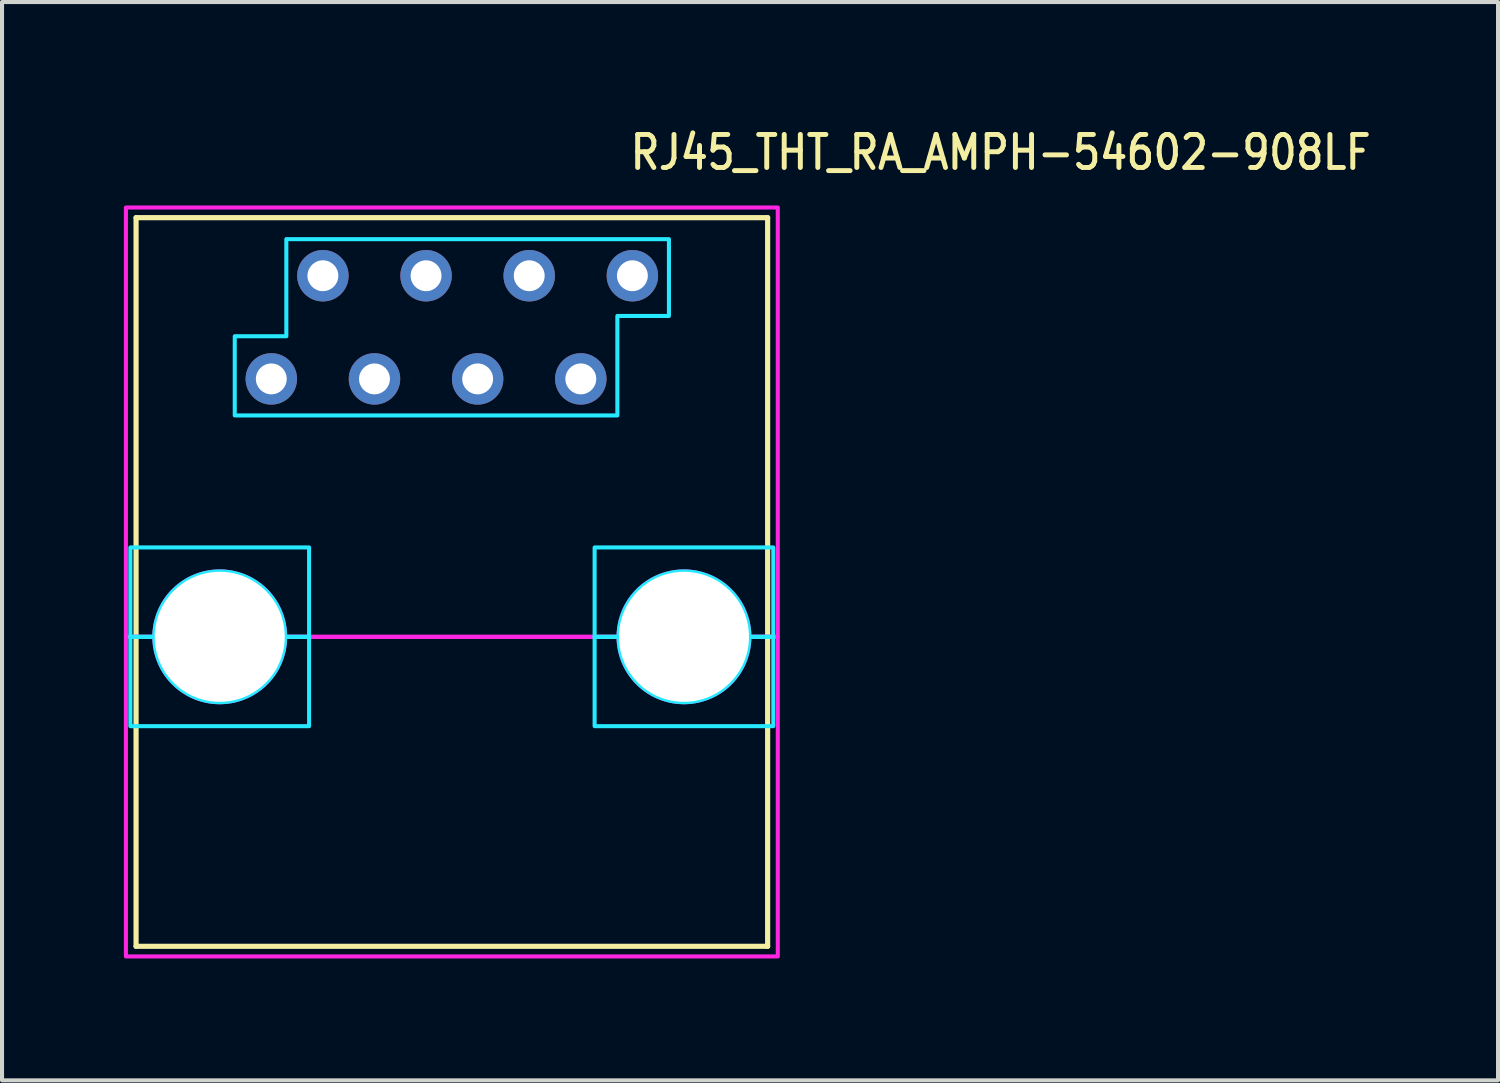
<source format=kicad_pcb>
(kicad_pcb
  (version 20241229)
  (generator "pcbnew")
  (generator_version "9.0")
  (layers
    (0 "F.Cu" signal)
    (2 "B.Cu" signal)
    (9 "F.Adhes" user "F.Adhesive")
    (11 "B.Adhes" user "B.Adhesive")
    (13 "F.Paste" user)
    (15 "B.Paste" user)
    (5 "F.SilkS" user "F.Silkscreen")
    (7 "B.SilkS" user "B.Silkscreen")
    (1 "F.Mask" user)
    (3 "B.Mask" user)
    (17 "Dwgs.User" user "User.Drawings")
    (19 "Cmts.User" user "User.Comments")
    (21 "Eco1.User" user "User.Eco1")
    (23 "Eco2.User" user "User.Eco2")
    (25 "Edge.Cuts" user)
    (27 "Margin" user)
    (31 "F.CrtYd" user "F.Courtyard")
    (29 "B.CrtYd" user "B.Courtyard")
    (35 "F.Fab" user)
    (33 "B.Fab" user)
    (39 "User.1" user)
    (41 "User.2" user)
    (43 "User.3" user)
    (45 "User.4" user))
  (footprint "RJ45_THT_RA_AMPH-54602-908LF"
    (layer "F.Cu")
    (at 8.075 12.629)
    (property "Reference" "RJ45_THT_RA_AMPH-54602-908LF" (at 4.33 -11.45 0) (unlocked yes) (layer "F.SilkS") (effects (font (size 0.813 0.695) (thickness 0.122)) (justify left bottom)))
    (fp_line (start -7.775 -10.32) (end 7.775 -10.32) (stroke (width 0.127) (type solid)) (layer "F.SilkS"))
    (fp_line (start -7.775 7.62) (end -7.775 -10.32) (stroke (width 0.127) (type solid)) (layer "F.SilkS"))
    (fp_line (start 7.775 -10.32) (end 7.775 7.62) (stroke (width 0.127) (type solid)) (layer "F.SilkS"))
    (fp_line (start 7.775 7.62) (end -7.775 7.62) (stroke (width 0.127) (type solid)) (layer "F.SilkS"))
    (fp_poly (pts (xy -5.345 -5.45) (xy 4.075 -5.45) (xy 4.075 -7.9) (xy 5.345 -7.9) (xy 5.345 -9.79) (xy -4.075 -9.79) (xy -4.075 -7.4) (xy -5.345 -7.4)) (stroke (width 0.1) (type solid)) (fill no) (layer "B.CrtYd"))
    (fp_poly (pts (xy -3.515 -2.2) (xy -3.515 0) (xy -4.105 0) (xy -4.105 -0.000078) (xy -4.105 -0.025) (xy -4.105 -0.025) (xy -4.106 -0.05) (xy -4.106 -0.051) (xy -4.107 -0.076) (xy -4.107 -0.076) (xy -4.108 -0.101) (xy -4.108 -0.101) (xy -4.11 -0.126) (xy -4.11 -0.126) (xy -4.112 -0.151) (xy -4.112 -0.152) (xy -4.115 -0.177) (xy -4.115 -0.177) (xy -4.118 -0.202) (xy -4.118 -0.202) (xy -4.121 -0.227) (xy -4.121 -0.227) (xy -4.125 -0.252) (xy -4.125 -0.252) (xy -4.129 -0.277) (xy -4.129 -0.277) (xy -4.134 -0.302) (xy -4.134 -0.302) (xy -4.138 -0.326) (xy -4.138 -0.327) (xy -4.144 -0.351) (xy -4.144 -0.351) (xy -4.149 -0.376) (xy -4.15 -0.376) (xy -4.156 -0.4) (xy -4.156 -0.4) (xy -4.162 -0.425) (xy -4.162 -0.425) (xy -4.169 -0.449) (xy -4.169 -0.449) (xy -4.176 -0.473) (xy -4.176 -0.473) (xy -4.184 -0.497) (xy -4.184 -0.498) (xy -4.192 -0.521) (xy -4.192 -0.522) (xy -4.2 -0.545) (xy -4.2 -0.545) (xy -4.209 -0.569) (xy -4.209 -0.569) (xy -4.218 -0.593) (xy -4.218 -0.593) (xy -4.228 -0.616) (xy -4.228 -0.616) (xy -4.237 -0.639) (xy -4.237 -0.639) (xy -4.248 -0.662) (xy -4.248 -0.663) (xy -4.258 -0.685) (xy -4.258 -0.686) (xy -4.269 -0.708) (xy -4.269 -0.708) (xy -4.28 -0.731) (xy -4.281 -0.731) (xy -4.292 -0.753) (xy -4.292 -0.753) (xy -4.304 -0.776) (xy -4.304 -0.776) (xy -4.316 -0.798) (xy -4.317 -0.798) (xy -4.329 -0.819) (xy -4.329 -0.82) (xy -4.342 -0.841) (xy -4.342 -0.841) (xy -4.356 -0.863) (xy -4.356 -0.863) (xy -4.369 -0.884) (xy -4.369 -0.884) (xy -4.383 -0.905) (xy -4.383 -0.905) (xy -4.398 -0.926) (xy -4.398 -0.926) (xy -4.412 -0.946) (xy -4.413 -0.946) (xy -4.427 -0.967) (xy -4.428 -0.967) (xy -4.443 -0.987) (xy -4.443 -0.987) (xy -4.458 -1.007) (xy -4.459 -1.007) (xy -4.474 -1.026) (xy -4.475 -1.026) (xy -4.491 -1.046) (xy -4.491 -1.046) (xy -4.507 -1.065) (xy -4.507 -1.065) (xy -4.524 -1.083) (xy -4.524 -1.084) (xy -4.541 -1.102) (xy -4.541 -1.102) (xy -4.559 -1.12) (xy -4.559 -1.12) (xy -4.577 -1.138) (xy -4.577 -1.138) (xy -4.595 -1.156) (xy -4.595 -1.156) (xy -4.613 -1.174) (xy -4.613 -1.174) (xy -4.631 -1.191) (xy -4.632 -1.191) (xy -4.65 -1.208) (xy -4.65 -1.208) (xy -4.669 -1.224) (xy -4.669 -1.224) (xy -4.689 -1.24) (xy -4.689 -1.241) (xy -4.708 -1.256) (xy -4.708 -1.257) (xy -4.728 -1.272) (xy -4.728 -1.272) (xy -4.748 -1.287) (xy -4.748 -1.288) (xy -4.769 -1.302) (xy -4.769 -1.303) (xy -4.789 -1.317) (xy -4.789 -1.317) (xy -4.81 -1.332) (xy -4.81 -1.332) (xy -4.831 -1.346) (xy -4.831 -1.346) (xy -4.852 -1.359) (xy -4.852 -1.359) (xy -4.874 -1.373) (xy -4.874 -1.373) (xy -4.895 -1.386) (xy -4.896 -1.386) (xy -4.917 -1.398) (xy -4.917 -1.399) (xy -4.939 -1.411) (xy -4.939 -1.411) (xy -4.962 -1.423) (xy -4.962 -1.423) (xy -4.984 -1.434) (xy -4.984 -1.435) (xy -5.007 -1.446) (xy -5.007 -1.446) (xy -5.029 -1.457) (xy -5.03 -1.457) (xy -5.052 -1.467) (xy -5.053 -1.467) (xy -5.076 -1.478) (xy -5.076 -1.478) (xy -5.099 -1.487) (xy -5.099 -1.487) (xy -5.122 -1.497) (xy -5.122 -1.497) (xy -5.146 -1.506) (xy -5.146 -1.506) (xy -5.17 -1.515) (xy -5.17 -1.515) (xy -5.193 -1.523) (xy -5.194 -1.523) (xy -5.217 -1.531) (xy -5.218 -1.531) (xy -5.242 -1.539) (xy -5.242 -1.539) (xy -5.266 -1.546) (xy -5.266 -1.546) (xy -5.29 -1.553) (xy -5.29 -1.553) (xy -5.315 -1.559) (xy -5.315 -1.559) (xy -5.339 -1.565) (xy -5.339 -1.566) (xy -5.364 -1.571) (xy -5.364 -1.571) (xy -5.388 -1.577) (xy -5.389 -1.577) (xy -5.413 -1.581) (xy -5.413 -1.581) (xy -5.438 -1.586) (xy -5.438 -1.586) (xy -5.463 -1.59) (xy -5.463 -1.59) (xy -5.488 -1.594) (xy -5.488 -1.594) (xy -5.513 -1.597) (xy -5.513 -1.597) (xy -5.538 -1.6) (xy -5.538 -1.6) (xy -5.563 -1.603) (xy -5.564 -1.603) (xy -5.589 -1.605) (xy -5.589 -1.605) (xy -5.614 -1.607) (xy -5.614 -1.607) (xy -5.639 -1.608) (xy -5.639 -1.608) (xy -5.664 -1.609) (xy -5.665 -1.609) (xy -5.69 -1.61) (xy -5.69 -1.61) (xy -5.715 -1.61) (xy -5.715 -1.61) (xy -5.74 -1.61) (xy -5.74 -1.61) (xy -5.765 -1.609) (xy -5.766 -1.609) (xy -5.791 -1.608) (xy -5.791 -1.608) (xy -5.816 -1.607) (xy -5.816 -1.607) (xy -5.841 -1.605) (xy -5.841 -1.605) (xy -5.866 -1.603) (xy -5.867 -1.603) (xy -5.892 -1.6) (xy -5.892 -1.6) (xy -5.917 -1.597) (xy -5.917 -1.597) (xy -5.942 -1.594) (xy -5.942 -1.594) (xy -5.967 -1.59) (xy -5.967 -1.59) (xy -5.992 -1.586) (xy -5.992 -1.586) (xy -6.017 -1.581) (xy -6.017 -1.581) (xy -6.041 -1.577) (xy -6.042 -1.577) (xy -6.066 -1.571) (xy -6.066 -1.571) (xy -6.091 -1.566) (xy -6.091 -1.565) (xy -6.115 -1.559) (xy -6.115 -1.559) (xy -6.14 -1.553) (xy -6.14 -1.553) (xy -6.164 -1.546) (xy -6.164 -1.546) (xy -6.188 -1.539) (xy -6.188 -1.539) (xy -6.212 -1.531) (xy -6.213 -1.531) (xy -6.236 -1.523) (xy -6.237 -1.523) (xy -6.26 -1.515) (xy -6.26 -1.515) (xy -6.284 -1.506) (xy -6.284 -1.506) (xy -6.308 -1.497) (xy -6.308 -1.497) (xy -6.331 -1.487) (xy -6.331 -1.487) (xy -6.354 -1.478) (xy -6.354 -1.478) (xy -6.377 -1.467) (xy -6.378 -1.467) (xy -6.4 -1.457) (xy -6.401 -1.457) (xy -6.423 -1.446) (xy -6.423 -1.446) (xy -6.446 -1.435) (xy -6.446 -1.434) (xy -6.468 -1.423) (xy -6.468 -1.423) (xy -6.491 -1.411) (xy -6.491 -1.411) (xy -6.513 -1.399) (xy -6.513 -1.398) (xy -6.534 -1.386) (xy -6.535 -1.386) (xy -6.556 -1.373) (xy -6.556 -1.373) (xy -6.578 -1.359) (xy -6.578 -1.359) (xy -6.599 -1.346) (xy -6.599 -1.346) (xy -6.62 -1.332) (xy -6.62 -1.332) (xy -6.641 -1.317) (xy -6.641 -1.317) (xy -6.661 -1.303) (xy -6.661 -1.302) (xy -6.682 -1.288) (xy -6.682 -1.287) (xy -6.702 -1.272) (xy -6.702 -1.272) (xy -6.722 -1.257) (xy -6.722 -1.256) (xy -6.741 -1.241) (xy -6.741 -1.24) (xy -6.761 -1.224) (xy -6.761 -1.224) (xy -6.78 -1.208) (xy -6.78 -1.208) (xy -6.798 -1.191) (xy -6.799 -1.191) (xy -6.817 -1.174) (xy -6.817 -1.174) (xy -6.835 -1.156) (xy -6.835 -1.156) (xy -6.853 -1.138) (xy -6.853 -1.138) (xy -6.871 -1.12) (xy -6.871 -1.12) (xy -6.889 -1.102) (xy -6.889 -1.102) (xy -6.906 -1.084) (xy -6.906 -1.083) (xy -6.923 -1.065) (xy -6.923 -1.065) (xy -6.939 -1.046) (xy -6.939 -1.046) (xy -6.955 -1.026) (xy -6.956 -1.026) (xy -6.971 -1.007) (xy -6.972 -1.007) (xy -6.987 -0.987) (xy -6.987 -0.987) (xy -7.002 -0.967) (xy -7.003 -0.967) (xy -7.017 -0.946) (xy -7.018 -0.946) (xy -7.032 -0.926) (xy -7.032 -0.926) (xy -7.047 -0.905) (xy -7.047 -0.905) (xy -7.061 -0.884) (xy -7.061 -0.884) (xy -7.074 -0.863) (xy -7.074 -0.863) (xy -7.088 -0.841) (xy -7.088 -0.841) (xy -7.101 -0.82) (xy -7.101 -0.819) (xy -7.113 -0.798) (xy -7.114 -0.798) (xy -7.126 -0.776) (xy -7.126 -0.776) (xy -7.138 -0.753) (xy -7.138 -0.753) (xy -7.149 -0.731) (xy -7.15 -0.731) (xy -7.161 -0.708) (xy -7.161 -0.708) (xy -7.172 -0.686) (xy -7.172 -0.685) (xy -7.182 -0.663) (xy -7.182 -0.662) (xy -7.193 -0.639) (xy -7.193 -0.639) (xy -7.202 -0.616) (xy -7.202 -0.616) (xy -7.212 -0.593) (xy -7.212 -0.593) (xy -7.221 -0.569) (xy -7.221 -0.569) (xy -7.23 -0.545) (xy -7.23 -0.545) (xy -7.238 -0.522) (xy -7.238 -0.521) (xy -7.246 -0.498) (xy -7.246 -0.497) (xy -7.254 -0.473) (xy -7.254 -0.473) (xy -7.261 -0.449) (xy -7.261 -0.449) (xy -7.268 -0.425) (xy -7.268 -0.425) (xy -7.274 -0.4) (xy -7.274 -0.4) (xy -7.28 -0.376) (xy -7.281 -0.376) (xy -7.286 -0.351) (xy -7.286 -0.351) (xy -7.292 -0.327) (xy -7.292 -0.326) (xy -7.296 -0.302) (xy -7.296 -0.302) (xy -7.301 -0.277) (xy -7.301 -0.277) (xy -7.305 -0.252) (xy -7.305 -0.252) (xy -7.309 -0.227) (xy -7.309 -0.227) (xy -7.312 -0.202) (xy -7.312 -0.202) (xy -7.315 -0.177) (xy -7.315 -0.177) (xy -7.318 -0.152) (xy -7.318 -0.151) (xy -7.32 -0.126) (xy -7.32 -0.126) (xy -7.322 -0.101) (xy -7.322 -0.101) (xy -7.323 -0.076) (xy -7.323 -0.076) (xy -7.324 -0.051) (xy -7.324 -0.05) (xy -7.325 -0.025) (xy -7.325 -0.025) (xy -7.325 -0.000078) (xy -7.325 0) (xy -7.915 0) (xy -7.915 -2.2)) (stroke (width 0.1) (type solid)) (fill no) (layer "B.CrtYd"))
    (fp_poly (pts (xy -3.515 0) (xy -3.515 2.2) (xy -7.915 2.2) (xy -7.915 0) (xy -7.325 0) (xy -7.325 0.000078) (xy -7.325 0.025) (xy -7.325 0.025) (xy -7.324 0.05) (xy -7.324 0.051) (xy -7.323 0.076) (xy -7.323 0.076) (xy -7.322 0.101) (xy -7.322 0.101) (xy -7.32 0.126) (xy -7.32 0.126) (xy -7.318 0.151) (xy -7.318 0.152) (xy -7.315 0.177) (xy -7.315 0.177) (xy -7.312 0.202) (xy -7.312 0.202) (xy -7.309 0.227) (xy -7.309 0.227) (xy -7.305 0.252) (xy -7.305 0.252) (xy -7.301 0.277) (xy -7.301 0.277) (xy -7.296 0.302) (xy -7.296 0.302) (xy -7.292 0.326) (xy -7.292 0.327) (xy -7.286 0.351) (xy -7.286 0.351) (xy -7.281 0.376) (xy -7.28 0.376) (xy -7.274 0.4) (xy -7.274 0.4) (xy -7.268 0.425) (xy -7.268 0.425) (xy -7.261 0.449) (xy -7.261 0.449) (xy -7.254 0.473) (xy -7.254 0.473) (xy -7.246 0.497) (xy -7.246 0.498) (xy -7.238 0.521) (xy -7.238 0.522) (xy -7.23 0.545) (xy -7.23 0.545) (xy -7.221 0.569) (xy -7.221 0.569) (xy -7.212 0.593) (xy -7.212 0.593) (xy -7.202 0.616) (xy -7.202 0.616) (xy -7.193 0.639) (xy -7.193 0.639) (xy -7.182 0.662) (xy -7.182 0.663) (xy -7.172 0.685) (xy -7.172 0.686) (xy -7.161 0.708) (xy -7.161 0.708) (xy -7.15 0.731) (xy -7.149 0.731) (xy -7.138 0.753) (xy -7.138 0.753) (xy -7.126 0.776) (xy -7.126 0.776) (xy -7.114 0.798) (xy -7.113 0.798) (xy -7.101 0.819) (xy -7.101 0.82) (xy -7.088 0.841) (xy -7.088 0.841) (xy -7.074 0.863) (xy -7.074 0.863) (xy -7.061 0.884) (xy -7.061 0.884) (xy -7.047 0.905) (xy -7.047 0.905) (xy -7.032 0.926) (xy -7.032 0.926) (xy -7.018 0.946) (xy -7.017 0.946) (xy -7.003 0.967) (xy -7.002 0.967) (xy -6.987 0.987) (xy -6.987 0.987) (xy -6.972 1.007) (xy -6.971 1.007) (xy -6.956 1.026) (xy -6.955 1.026) (xy -6.939 1.046) (xy -6.939 1.046) (xy -6.923 1.065) (xy -6.923 1.065) (xy -6.906 1.083) (xy -6.906 1.084) (xy -6.889 1.102) (xy -6.889 1.102) (xy -6.871 1.12) (xy -6.871 1.12) (xy -6.853 1.138) (xy -6.853 1.138) (xy -6.835 1.156) (xy -6.835 1.156) (xy -6.817 1.174) (xy -6.817 1.174) (xy -6.799 1.191) (xy -6.798 1.191) (xy -6.78 1.208) (xy -6.78 1.208) (xy -6.761 1.224) (xy -6.761 1.224) (xy -6.741 1.24) (xy -6.741 1.241) (xy -6.722 1.256) (xy -6.722 1.257) (xy -6.702 1.272) (xy -6.702 1.272) (xy -6.682 1.287) (xy -6.682 1.288) (xy -6.661 1.302) (xy -6.661 1.303) (xy -6.641 1.317) (xy -6.641 1.317) (xy -6.62 1.332) (xy -6.62 1.332) (xy -6.599 1.346) (xy -6.599 1.346) (xy -6.578 1.359) (xy -6.578 1.359) (xy -6.556 1.373) (xy -6.556 1.373) (xy -6.535 1.386) (xy -6.534 1.386) (xy -6.513 1.398) (xy -6.513 1.399) (xy -6.491 1.411) (xy -6.491 1.411) (xy -6.468 1.423) (xy -6.468 1.423) (xy -6.446 1.434) (xy -6.446 1.435) (xy -6.423 1.446) (xy -6.423 1.446) (xy -6.401 1.457) (xy -6.4 1.457) (xy -6.378 1.467) (xy -6.377 1.467) (xy -6.354 1.478) (xy -6.354 1.478) (xy -6.331 1.487) (xy -6.331 1.487) (xy -6.308 1.497) (xy -6.308 1.497) (xy -6.284 1.506) (xy -6.284 1.506) (xy -6.26 1.515) (xy -6.26 1.515) (xy -6.237 1.523) (xy -6.236 1.523) (xy -6.213 1.531) (xy -6.212 1.531) (xy -6.188 1.539) (xy -6.188 1.539) (xy -6.164 1.546) (xy -6.164 1.546) (xy -6.14 1.553) (xy -6.14 1.553) (xy -6.115 1.559) (xy -6.115 1.559) (xy -6.091 1.565) (xy -6.091 1.566) (xy -6.066 1.571) (xy -6.066 1.571) (xy -6.042 1.577) (xy -6.041 1.577) (xy -6.017 1.581) (xy -6.017 1.581) (xy -5.992 1.586) (xy -5.992 1.586) (xy -5.967 1.59) (xy -5.967 1.59) (xy -5.942 1.594) (xy -5.942 1.594) (xy -5.917 1.597) (xy -5.917 1.597) (xy -5.892 1.6) (xy -5.892 1.6) (xy -5.867 1.603) (xy -5.866 1.603) (xy -5.841 1.605) (xy -5.841 1.605) (xy -5.816 1.607) (xy -5.816 1.607) (xy -5.791 1.608) (xy -5.791 1.608) (xy -5.766 1.609) (xy -5.765 1.609) (xy -5.74 1.61) (xy -5.74 1.61) (xy -5.715 1.61) (xy -5.715 1.61) (xy -5.69 1.61) (xy -5.69 1.61) (xy -5.665 1.609) (xy -5.664 1.609) (xy -5.639 1.608) (xy -5.639 1.608) (xy -5.614 1.607) (xy -5.614 1.607) (xy -5.589 1.605) (xy -5.589 1.605) (xy -5.564 1.603) (xy -5.563 1.603) (xy -5.538 1.6) (xy -5.538 1.6) (xy -5.513 1.597) (xy -5.513 1.597) (xy -5.488 1.594) (xy -5.488 1.594) (xy -5.463 1.59) (xy -5.463 1.59) (xy -5.438 1.586) (xy -5.438 1.586) (xy -5.413 1.581) (xy -5.413 1.581) (xy -5.389 1.577) (xy -5.388 1.577) (xy -5.364 1.571) (xy -5.364 1.571) (xy -5.339 1.566) (xy -5.339 1.565) (xy -5.315 1.559) (xy -5.315 1.559) (xy -5.29 1.553) (xy -5.29 1.553) (xy -5.266 1.546) (xy -5.266 1.546) (xy -5.242 1.539) (xy -5.242 1.539) (xy -5.218 1.531) (xy -5.217 1.531) (xy -5.194 1.523) (xy -5.193 1.523) (xy -5.17 1.515) (xy -5.17 1.515) (xy -5.146 1.506) (xy -5.146 1.506) (xy -5.122 1.497) (xy -5.122 1.497) (xy -5.099 1.487) (xy -5.099 1.487) (xy -5.076 1.478) (xy -5.076 1.478) (xy -5.053 1.467) (xy -5.052 1.467) (xy -5.03 1.457) (xy -5.029 1.457) (xy -5.007 1.446) (xy -5.007 1.446) (xy -4.984 1.435) (xy -4.984 1.434) (xy -4.962 1.423) (xy -4.962 1.423) (xy -4.939 1.411) (xy -4.939 1.411) (xy -4.917 1.399) (xy -4.917 1.398) (xy -4.896 1.386) (xy -4.895 1.386) (xy -4.874 1.373) (xy -4.874 1.373) (xy -4.852 1.359) (xy -4.852 1.359) (xy -4.831 1.346) (xy -4.831 1.346) (xy -4.81 1.332) (xy -4.81 1.332) (xy -4.789 1.317) (xy -4.789 1.317) (xy -4.769 1.303) (xy -4.769 1.302) (xy -4.748 1.288) (xy -4.748 1.287) (xy -4.728 1.272) (xy -4.728 1.272) (xy -4.708 1.257) (xy -4.708 1.256) (xy -4.689 1.241) (xy -4.689 1.24) (xy -4.669 1.224) (xy -4.669 1.224) (xy -4.65 1.208) (xy -4.65 1.208) (xy -4.632 1.191) (xy -4.631 1.191) (xy -4.613 1.174) (xy -4.613 1.174) (xy -4.595 1.156) (xy -4.595 1.156) (xy -4.577 1.138) (xy -4.577 1.138) (xy -4.559 1.12) (xy -4.559 1.12) (xy -4.541 1.102) (xy -4.541 1.102) (xy -4.524 1.084) (xy -4.524 1.083) (xy -4.507 1.065) (xy -4.507 1.065) (xy -4.491 1.046) (xy -4.491 1.046) (xy -4.475 1.026) (xy -4.474 1.026) (xy -4.459 1.007) (xy -4.458 1.007) (xy -4.443 0.987) (xy -4.443 0.987) (xy -4.428 0.967) (xy -4.427 0.967) (xy -4.413 0.946) (xy -4.412 0.946) (xy -4.398 0.926) (xy -4.398 0.926) (xy -4.383 0.905) (xy -4.383 0.905) (xy -4.369 0.884) (xy -4.369 0.884) (xy -4.356 0.863) (xy -4.356 0.863) (xy -4.342 0.841) (xy -4.342 0.841) (xy -4.329 0.82) (xy -4.329 0.819) (xy -4.317 0.798) (xy -4.316 0.798) (xy -4.304 0.776) (xy -4.304 0.776) (xy -4.292 0.753) (xy -4.292 0.753) (xy -4.281 0.731) (xy -4.28 0.731) (xy -4.269 0.708) (xy -4.269 0.708) (xy -4.258 0.686) (xy -4.258 0.685) (xy -4.248 0.663) (xy -4.248 0.662) (xy -4.237 0.639) (xy -4.237 0.639) (xy -4.228 0.616) (xy -4.228 0.616) (xy -4.218 0.593) (xy -4.218 0.593) (xy -4.209 0.569) (xy -4.209 0.569) (xy -4.2 0.545) (xy -4.2 0.545) (xy -4.192 0.522) (xy -4.192 0.521) (xy -4.184 0.498) (xy -4.184 0.497) (xy -4.176 0.473) (xy -4.176 0.473) (xy -4.169 0.449) (xy -4.169 0.449) (xy -4.162 0.425) (xy -4.162 0.425) (xy -4.156 0.4) (xy -4.156 0.4) (xy -4.15 0.376) (xy -4.149 0.376) (xy -4.144 0.351) (xy -4.144 0.351) (xy -4.138 0.327) (xy -4.138 0.326) (xy -4.134 0.302) (xy -4.134 0.302) (xy -4.129 0.277) (xy -4.129 0.277) (xy -4.125 0.252) (xy -4.125 0.252) (xy -4.121 0.227) (xy -4.121 0.227) (xy -4.118 0.202) (xy -4.118 0.202) (xy -4.115 0.177) (xy -4.115 0.177) (xy -4.112 0.152) (xy -4.112 0.151) (xy -4.11 0.126) (xy -4.11 0.126) (xy -4.108 0.101) (xy -4.108 0.101) (xy -4.107 0.076) (xy -4.107 0.076) (xy -4.106 0.051) (xy -4.106 0.05) (xy -4.105 0.025) (xy -4.105 0.025) (xy -4.105 0.000078) (xy -4.105 0)) (stroke (width 0.1) (type solid)) (fill no) (layer "B.CrtYd"))
    (fp_poly (pts (xy 7.915 -2.2) (xy 7.915 0) (xy 7.325 0) (xy 7.325 -0.000078) (xy 7.325 -0.025) (xy 7.325 -0.025) (xy 7.324 -0.05) (xy 7.324 -0.051) (xy 7.323 -0.076) (xy 7.323 -0.076) (xy 7.322 -0.101) (xy 7.322 -0.101) (xy 7.32 -0.126) (xy 7.32 -0.126) (xy 7.318 -0.151) (xy 7.318 -0.152) (xy 7.315 -0.177) (xy 7.315 -0.177) (xy 7.312 -0.202) (xy 7.312 -0.202) (xy 7.309 -0.227) (xy 7.309 -0.227) (xy 7.305 -0.252) (xy 7.305 -0.252) (xy 7.301 -0.277) (xy 7.301 -0.277) (xy 7.296 -0.302) (xy 7.296 -0.302) (xy 7.292 -0.326) (xy 7.292 -0.327) (xy 7.286 -0.351) (xy 7.286 -0.351) (xy 7.281 -0.376) (xy 7.28 -0.376) (xy 7.274 -0.4) (xy 7.274 -0.4) (xy 7.268 -0.425) (xy 7.268 -0.425) (xy 7.261 -0.449) (xy 7.261 -0.449) (xy 7.254 -0.473) (xy 7.254 -0.473) (xy 7.246 -0.497) (xy 7.246 -0.498) (xy 7.238 -0.521) (xy 7.238 -0.522) (xy 7.23 -0.545) (xy 7.23 -0.545) (xy 7.221 -0.569) (xy 7.221 -0.569) (xy 7.212 -0.593) (xy 7.212 -0.593) (xy 7.202 -0.616) (xy 7.202 -0.616) (xy 7.193 -0.639) (xy 7.193 -0.639) (xy 7.182 -0.662) (xy 7.182 -0.663) (xy 7.172 -0.685) (xy 7.172 -0.686) (xy 7.161 -0.708) (xy 7.161 -0.708) (xy 7.15 -0.731) (xy 7.149 -0.731) (xy 7.138 -0.753) (xy 7.138 -0.753) (xy 7.126 -0.776) (xy 7.126 -0.776) (xy 7.114 -0.798) (xy 7.113 -0.798) (xy 7.101 -0.819) (xy 7.101 -0.82) (xy 7.088 -0.841) (xy 7.088 -0.841) (xy 7.074 -0.863) (xy 7.074 -0.863) (xy 7.061 -0.884) (xy 7.061 -0.884) (xy 7.047 -0.905) (xy 7.047 -0.905) (xy 7.032 -0.926) (xy 7.032 -0.926) (xy 7.018 -0.946) (xy 7.017 -0.946) (xy 7.003 -0.967) (xy 7.002 -0.967) (xy 6.987 -0.987) (xy 6.987 -0.987) (xy 6.972 -1.007) (xy 6.971 -1.007) (xy 6.956 -1.026) (xy 6.955 -1.026) (xy 6.939 -1.046) (xy 6.939 -1.046) (xy 6.923 -1.065) (xy 6.923 -1.065) (xy 6.906 -1.083) (xy 6.906 -1.084) (xy 6.889 -1.102) (xy 6.889 -1.102) (xy 6.871 -1.12) (xy 6.871 -1.12) (xy 6.853 -1.138) (xy 6.853 -1.138) (xy 6.835 -1.156) (xy 6.835 -1.156) (xy 6.817 -1.174) (xy 6.817 -1.174) (xy 6.799 -1.191) (xy 6.798 -1.191) (xy 6.78 -1.208) (xy 6.78 -1.208) (xy 6.761 -1.224) (xy 6.761 -1.224) (xy 6.741 -1.24) (xy 6.741 -1.241) (xy 6.722 -1.256) (xy 6.722 -1.257) (xy 6.702 -1.272) (xy 6.702 -1.272) (xy 6.682 -1.287) (xy 6.682 -1.288) (xy 6.661 -1.302) (xy 6.661 -1.303) (xy 6.641 -1.317) (xy 6.641 -1.317) (xy 6.62 -1.332) (xy 6.62 -1.332) (xy 6.599 -1.346) (xy 6.599 -1.346) (xy 6.578 -1.359) (xy 6.578 -1.359) (xy 6.556 -1.373) (xy 6.556 -1.373) (xy 6.535 -1.386) (xy 6.534 -1.386) (xy 6.513 -1.398) (xy 6.513 -1.399) (xy 6.491 -1.411) (xy 6.491 -1.411) (xy 6.468 -1.423) (xy 6.468 -1.423) (xy 6.446 -1.434) (xy 6.446 -1.435) (xy 6.423 -1.446) (xy 6.423 -1.446) (xy 6.401 -1.457) (xy 6.4 -1.457) (xy 6.378 -1.467) (xy 6.377 -1.467) (xy 6.354 -1.478) (xy 6.354 -1.478) (xy 6.331 -1.487) (xy 6.331 -1.487) (xy 6.308 -1.497) (xy 6.308 -1.497) (xy 6.284 -1.506) (xy 6.284 -1.506) (xy 6.26 -1.515) (xy 6.26 -1.515) (xy 6.237 -1.523) (xy 6.236 -1.523) (xy 6.213 -1.531) (xy 6.212 -1.531) (xy 6.188 -1.539) (xy 6.188 -1.539) (xy 6.164 -1.546) (xy 6.164 -1.546) (xy 6.14 -1.553) (xy 6.14 -1.553) (xy 6.115 -1.559) (xy 6.115 -1.559) (xy 6.091 -1.565) (xy 6.091 -1.566) (xy 6.066 -1.571) (xy 6.066 -1.571) (xy 6.042 -1.577) (xy 6.041 -1.577) (xy 6.017 -1.581) (xy 6.017 -1.581) (xy 5.992 -1.586) (xy 5.992 -1.586) (xy 5.967 -1.59) (xy 5.967 -1.59) (xy 5.942 -1.594) (xy 5.942 -1.594) (xy 5.917 -1.597) (xy 5.917 -1.597) (xy 5.892 -1.6) (xy 5.892 -1.6) (xy 5.867 -1.603) (xy 5.866 -1.603) (xy 5.841 -1.605) (xy 5.841 -1.605) (xy 5.816 -1.607) (xy 5.816 -1.607) (xy 5.791 -1.608) (xy 5.791 -1.608) (xy 5.766 -1.609) (xy 5.765 -1.609) (xy 5.74 -1.61) (xy 5.74 -1.61) (xy 5.715 -1.61) (xy 5.715 -1.61) (xy 5.69 -1.61) (xy 5.69 -1.61) (xy 5.665 -1.609) (xy 5.664 -1.609) (xy 5.639 -1.608) (xy 5.639 -1.608) (xy 5.614 -1.607) (xy 5.614 -1.607) (xy 5.589 -1.605) (xy 5.589 -1.605) (xy 5.564 -1.603) (xy 5.563 -1.603) (xy 5.538 -1.6) (xy 5.538 -1.6) (xy 5.513 -1.597) (xy 5.513 -1.597) (xy 5.488 -1.594) (xy 5.488 -1.594) (xy 5.463 -1.59) (xy 5.463 -1.59) (xy 5.438 -1.586) (xy 5.438 -1.586) (xy 5.413 -1.581) (xy 5.413 -1.581) (xy 5.389 -1.577) (xy 5.388 -1.577) (xy 5.364 -1.571) (xy 5.364 -1.571) (xy 5.339 -1.566) (xy 5.339 -1.565) (xy 5.315 -1.559) (xy 5.315 -1.559) (xy 5.29 -1.553) (xy 5.29 -1.553) (xy 5.266 -1.546) (xy 5.266 -1.546) (xy 5.242 -1.539) (xy 5.242 -1.539) (xy 5.218 -1.531) (xy 5.217 -1.531) (xy 5.194 -1.523) (xy 5.193 -1.523) (xy 5.17 -1.515) (xy 5.17 -1.515) (xy 5.146 -1.506) (xy 5.146 -1.506) (xy 5.122 -1.497) (xy 5.122 -1.497) (xy 5.099 -1.487) (xy 5.099 -1.487) (xy 5.076 -1.478) (xy 5.076 -1.478) (xy 5.053 -1.467) (xy 5.052 -1.467) (xy 5.03 -1.457) (xy 5.029 -1.457) (xy 5.007 -1.446) (xy 5.007 -1.446) (xy 4.984 -1.435) (xy 4.984 -1.434) (xy 4.962 -1.423) (xy 4.962 -1.423) (xy 4.939 -1.411) (xy 4.939 -1.411) (xy 4.917 -1.399) (xy 4.917 -1.398) (xy 4.896 -1.386) (xy 4.895 -1.386) (xy 4.874 -1.373) (xy 4.874 -1.373) (xy 4.852 -1.359) (xy 4.852 -1.359) (xy 4.831 -1.346) (xy 4.831 -1.346) (xy 4.81 -1.332) (xy 4.81 -1.332) (xy 4.789 -1.317) (xy 4.789 -1.317) (xy 4.769 -1.303) (xy 4.769 -1.302) (xy 4.748 -1.288) (xy 4.748 -1.287) (xy 4.728 -1.272) (xy 4.728 -1.272) (xy 4.708 -1.257) (xy 4.708 -1.256) (xy 4.689 -1.241) (xy 4.689 -1.24) (xy 4.669 -1.224) (xy 4.669 -1.224) (xy 4.65 -1.208) (xy 4.65 -1.208) (xy 4.632 -1.191) (xy 4.631 -1.191) (xy 4.613 -1.174) (xy 4.613 -1.174) (xy 4.595 -1.156) (xy 4.595 -1.156) (xy 4.577 -1.138) (xy 4.577 -1.138) (xy 4.559 -1.12) (xy 4.559 -1.12) (xy 4.541 -1.102) (xy 4.541 -1.102) (xy 4.524 -1.084) (xy 4.524 -1.083) (xy 4.507 -1.065) (xy 4.507 -1.065) (xy 4.491 -1.046) (xy 4.491 -1.046) (xy 4.475 -1.026) (xy 4.474 -1.026) (xy 4.459 -1.007) (xy 4.458 -1.007) (xy 4.443 -0.987) (xy 4.443 -0.987) (xy 4.428 -0.967) (xy 4.427 -0.967) (xy 4.413 -0.946) (xy 4.412 -0.946) (xy 4.398 -0.926) (xy 4.398 -0.926) (xy 4.383 -0.905) (xy 4.383 -0.905) (xy 4.369 -0.884) (xy 4.369 -0.884) (xy 4.356 -0.863) (xy 4.356 -0.863) (xy 4.342 -0.841) (xy 4.342 -0.841) (xy 4.329 -0.82) (xy 4.329 -0.819) (xy 4.317 -0.798) (xy 4.316 -0.798) (xy 4.304 -0.776) (xy 4.304 -0.776) (xy 4.292 -0.753) (xy 4.292 -0.753) (xy 4.281 -0.731) (xy 4.28 -0.731) (xy 4.269 -0.708) (xy 4.269 -0.708) (xy 4.258 -0.686) (xy 4.258 -0.685) (xy 4.248 -0.663) (xy 4.248 -0.662) (xy 4.237 -0.639) (xy 4.237 -0.639) (xy 4.228 -0.616) (xy 4.228 -0.616) (xy 4.218 -0.593) (xy 4.218 -0.593) (xy 4.209 -0.569) (xy 4.209 -0.569) (xy 4.2 -0.545) (xy 4.2 -0.545) (xy 4.192 -0.522) (xy 4.192 -0.521) (xy 4.184 -0.498) (xy 4.184 -0.497) (xy 4.176 -0.473) (xy 4.176 -0.473) (xy 4.169 -0.449) (xy 4.169 -0.449) (xy 4.162 -0.425) (xy 4.162 -0.425) (xy 4.156 -0.4) (xy 4.156 -0.4) (xy 4.15 -0.376) (xy 4.149 -0.376) (xy 4.144 -0.351) (xy 4.144 -0.351) (xy 4.138 -0.327) (xy 4.138 -0.326) (xy 4.134 -0.302) (xy 4.134 -0.302) (xy 4.129 -0.277) (xy 4.129 -0.277) (xy 4.125 -0.252) (xy 4.125 -0.252) (xy 4.121 -0.227) (xy 4.121 -0.227) (xy 4.118 -0.202) (xy 4.118 -0.202) (xy 4.115 -0.177) (xy 4.115 -0.177) (xy 4.112 -0.152) (xy 4.112 -0.151) (xy 4.11 -0.126) (xy 4.11 -0.126) (xy 4.108 -0.101) (xy 4.108 -0.101) (xy 4.107 -0.076) (xy 4.107 -0.076) (xy 4.106 -0.051) (xy 4.106 -0.05) (xy 4.105 -0.025) (xy 4.105 -0.025) (xy 4.105 -0.000078) (xy 4.105 0) (xy 3.515 0) (xy 3.515 -2.2)) (stroke (width 0.1) (type solid)) (fill no) (layer "B.CrtYd"))
    (fp_poly (pts (xy 7.915 0) (xy 7.915 2.2) (xy 3.515 2.2) (xy 3.515 0) (xy 4.105 0) (xy 4.105 0.000078) (xy 4.105 0.025) (xy 4.105 0.025) (xy 4.106 0.05) (xy 4.106 0.051) (xy 4.107 0.076) (xy 4.107 0.076) (xy 4.108 0.101) (xy 4.108 0.101) (xy 4.11 0.126) (xy 4.11 0.126) (xy 4.112 0.151) (xy 4.112 0.152) (xy 4.115 0.177) (xy 4.115 0.177) (xy 4.118 0.202) (xy 4.118 0.202) (xy 4.121 0.227) (xy 4.121 0.227) (xy 4.125 0.252) (xy 4.125 0.252) (xy 4.129 0.277) (xy 4.129 0.277) (xy 4.134 0.302) (xy 4.134 0.302) (xy 4.138 0.326) (xy 4.138 0.327) (xy 4.144 0.351) (xy 4.144 0.351) (xy 4.149 0.376) (xy 4.15 0.376) (xy 4.156 0.4) (xy 4.156 0.4) (xy 4.162 0.425) (xy 4.162 0.425) (xy 4.169 0.449) (xy 4.169 0.449) (xy 4.176 0.473) (xy 4.176 0.473) (xy 4.184 0.497) (xy 4.184 0.498) (xy 4.192 0.521) (xy 4.192 0.522) (xy 4.2 0.545) (xy 4.2 0.545) (xy 4.209 0.569) (xy 4.209 0.569) (xy 4.218 0.593) (xy 4.218 0.593) (xy 4.228 0.616) (xy 4.228 0.616) (xy 4.237 0.639) (xy 4.237 0.639) (xy 4.248 0.662) (xy 4.248 0.663) (xy 4.258 0.685) (xy 4.258 0.686) (xy 4.269 0.708) (xy 4.269 0.708) (xy 4.28 0.731) (xy 4.281 0.731) (xy 4.292 0.753) (xy 4.292 0.753) (xy 4.304 0.776) (xy 4.304 0.776) (xy 4.316 0.798) (xy 4.317 0.798) (xy 4.329 0.819) (xy 4.329 0.82) (xy 4.342 0.841) (xy 4.342 0.841) (xy 4.356 0.863) (xy 4.356 0.863) (xy 4.369 0.884) (xy 4.369 0.884) (xy 4.383 0.905) (xy 4.383 0.905) (xy 4.398 0.926) (xy 4.398 0.926) (xy 4.412 0.946) (xy 4.413 0.946) (xy 4.427 0.967) (xy 4.428 0.967) (xy 4.443 0.987) (xy 4.443 0.987) (xy 4.458 1.007) (xy 4.459 1.007) (xy 4.474 1.026) (xy 4.475 1.026) (xy 4.491 1.046) (xy 4.491 1.046) (xy 4.507 1.065) (xy 4.507 1.065) (xy 4.524 1.083) (xy 4.524 1.084) (xy 4.541 1.102) (xy 4.541 1.102) (xy 4.559 1.12) (xy 4.559 1.12) (xy 4.577 1.138) (xy 4.577 1.138) (xy 4.595 1.156) (xy 4.595 1.156) (xy 4.613 1.174) (xy 4.613 1.174) (xy 4.631 1.191) (xy 4.632 1.191) (xy 4.65 1.208) (xy 4.65 1.208) (xy 4.669 1.224) (xy 4.669 1.224) (xy 4.689 1.24) (xy 4.689 1.241) (xy 4.708 1.256) (xy 4.708 1.257) (xy 4.728 1.272) (xy 4.728 1.272) (xy 4.748 1.287) (xy 4.748 1.288) (xy 4.769 1.302) (xy 4.769 1.303) (xy 4.789 1.317) (xy 4.789 1.317) (xy 4.81 1.332) (xy 4.81 1.332) (xy 4.831 1.346) (xy 4.831 1.346) (xy 4.852 1.359) (xy 4.852 1.359) (xy 4.874 1.373) (xy 4.874 1.373) (xy 4.895 1.386) (xy 4.896 1.386) (xy 4.917 1.398) (xy 4.917 1.399) (xy 4.939 1.411) (xy 4.939 1.411) (xy 4.962 1.423) (xy 4.962 1.423) (xy 4.984 1.434) (xy 4.984 1.435) (xy 5.007 1.446) (xy 5.007 1.446) (xy 5.029 1.457) (xy 5.03 1.457) (xy 5.052 1.467) (xy 5.053 1.467) (xy 5.076 1.478) (xy 5.076 1.478) (xy 5.099 1.487) (xy 5.099 1.487) (xy 5.122 1.497) (xy 5.122 1.497) (xy 5.146 1.506) (xy 5.146 1.506) (xy 5.17 1.515) (xy 5.17 1.515) (xy 5.193 1.523) (xy 5.194 1.523) (xy 5.217 1.531) (xy 5.218 1.531) (xy 5.242 1.539) (xy 5.242 1.539) (xy 5.266 1.546) (xy 5.266 1.546) (xy 5.29 1.553) (xy 5.29 1.553) (xy 5.315 1.559) (xy 5.315 1.559) (xy 5.339 1.565) (xy 5.339 1.566) (xy 5.364 1.571) (xy 5.364 1.571) (xy 5.388 1.577) (xy 5.389 1.577) (xy 5.413 1.581) (xy 5.413 1.581) (xy 5.438 1.586) (xy 5.438 1.586) (xy 5.463 1.59) (xy 5.463 1.59) (xy 5.488 1.594) (xy 5.488 1.594) (xy 5.513 1.597) (xy 5.513 1.597) (xy 5.538 1.6) (xy 5.538 1.6) (xy 5.563 1.603) (xy 5.564 1.603) (xy 5.589 1.605) (xy 5.589 1.605) (xy 5.614 1.607) (xy 5.614 1.607) (xy 5.639 1.608) (xy 5.639 1.608) (xy 5.664 1.609) (xy 5.665 1.609) (xy 5.69 1.61) (xy 5.69 1.61) (xy 5.715 1.61) (xy 5.715 1.61) (xy 5.74 1.61) (xy 5.74 1.61) (xy 5.765 1.609) (xy 5.766 1.609) (xy 5.791 1.608) (xy 5.791 1.608) (xy 5.816 1.607) (xy 5.816 1.607) (xy 5.841 1.605) (xy 5.841 1.605) (xy 5.866 1.603) (xy 5.867 1.603) (xy 5.892 1.6) (xy 5.892 1.6) (xy 5.917 1.597) (xy 5.917 1.597) (xy 5.942 1.594) (xy 5.942 1.594) (xy 5.967 1.59) (xy 5.967 1.59) (xy 5.992 1.586) (xy 5.992 1.586) (xy 6.017 1.581) (xy 6.017 1.581) (xy 6.041 1.577) (xy 6.042 1.577) (xy 6.066 1.571) (xy 6.066 1.571) (xy 6.091 1.566) (xy 6.091 1.565) (xy 6.115 1.559) (xy 6.115 1.559) (xy 6.14 1.553) (xy 6.14 1.553) (xy 6.164 1.546) (xy 6.164 1.546) (xy 6.188 1.539) (xy 6.188 1.539) (xy 6.212 1.531) (xy 6.213 1.531) (xy 6.236 1.523) (xy 6.237 1.523) (xy 6.26 1.515) (xy 6.26 1.515) (xy 6.284 1.506) (xy 6.284 1.506) (xy 6.308 1.497) (xy 6.308 1.497) (xy 6.331 1.487) (xy 6.331 1.487) (xy 6.354 1.478) (xy 6.354 1.478) (xy 6.377 1.467) (xy 6.378 1.467) (xy 6.4 1.457) (xy 6.401 1.457) (xy 6.423 1.446) (xy 6.423 1.446) (xy 6.446 1.435) (xy 6.446 1.434) (xy 6.468 1.423) (xy 6.468 1.423) (xy 6.491 1.411) (xy 6.491 1.411) (xy 6.513 1.399) (xy 6.513 1.398) (xy 6.534 1.386) (xy 6.535 1.386) (xy 6.556 1.373) (xy 6.556 1.373) (xy 6.578 1.359) (xy 6.578 1.359) (xy 6.599 1.346) (xy 6.599 1.346) (xy 6.62 1.332) (xy 6.62 1.332) (xy 6.641 1.317) (xy 6.641 1.317) (xy 6.661 1.303) (xy 6.661 1.302) (xy 6.682 1.288) (xy 6.682 1.287) (xy 6.702 1.272) (xy 6.702 1.272) (xy 6.722 1.257) (xy 6.722 1.256) (xy 6.741 1.241) (xy 6.741 1.24) (xy 6.761 1.224) (xy 6.761 1.224) (xy 6.78 1.208) (xy 6.78 1.208) (xy 6.798 1.191) (xy 6.799 1.191) (xy 6.817 1.174) (xy 6.817 1.174) (xy 6.835 1.156) (xy 6.835 1.156) (xy 6.853 1.138) (xy 6.853 1.138) (xy 6.871 1.12) (xy 6.871 1.12) (xy 6.889 1.102) (xy 6.889 1.102) (xy 6.906 1.084) (xy 6.906 1.083) (xy 6.923 1.065) (xy 6.923 1.065) (xy 6.939 1.046) (xy 6.939 1.046) (xy 6.955 1.026) (xy 6.956 1.026) (xy 6.971 1.007) (xy 6.972 1.007) (xy 6.987 0.987) (xy 6.987 0.987) (xy 7.002 0.967) (xy 7.003 0.967) (xy 7.017 0.946) (xy 7.018 0.946) (xy 7.032 0.926) (xy 7.032 0.926) (xy 7.047 0.905) (xy 7.047 0.905) (xy 7.061 0.884) (xy 7.061 0.884) (xy 7.074 0.863) (xy 7.074 0.863) (xy 7.088 0.841) (xy 7.088 0.841) (xy 7.101 0.82) (xy 7.101 0.819) (xy 7.113 0.798) (xy 7.114 0.798) (xy 7.126 0.776) (xy 7.126 0.776) (xy 7.138 0.753) (xy 7.138 0.753) (xy 7.149 0.731) (xy 7.15 0.731) (xy 7.161 0.708) (xy 7.161 0.708) (xy 7.172 0.686) (xy 7.172 0.685) (xy 7.182 0.663) (xy 7.182 0.662) (xy 7.193 0.639) (xy 7.193 0.639) (xy 7.202 0.616) (xy 7.202 0.616) (xy 7.212 0.593) (xy 7.212 0.593) (xy 7.221 0.569) (xy 7.221 0.569) (xy 7.23 0.545) (xy 7.23 0.545) (xy 7.238 0.522) (xy 7.238 0.521) (xy 7.246 0.498) (xy 7.246 0.497) (xy 7.254 0.473) (xy 7.254 0.473) (xy 7.261 0.449) (xy 7.261 0.449) (xy 7.268 0.425) (xy 7.268 0.425) (xy 7.274 0.4) (xy 7.274 0.4) (xy 7.28 0.376) (xy 7.281 0.376) (xy 7.286 0.351) (xy 7.286 0.351) (xy 7.292 0.327) (xy 7.292 0.326) (xy 7.296 0.302) (xy 7.296 0.302) (xy 7.301 0.277) (xy 7.301 0.277) (xy 7.305 0.252) (xy 7.305 0.252) (xy 7.309 0.227) (xy 7.309 0.227) (xy 7.312 0.202) (xy 7.312 0.202) (xy 7.315 0.177) (xy 7.315 0.177) (xy 7.318 0.152) (xy 7.318 0.151) (xy 7.32 0.126) (xy 7.32 0.126) (xy 7.322 0.101) (xy 7.322 0.101) (xy 7.323 0.076) (xy 7.323 0.076) (xy 7.324 0.051) (xy 7.324 0.05) (xy 7.325 0.025) (xy 7.325 0.025) (xy 7.325 0.000078) (xy 7.325 0)) (stroke (width 0.1) (type solid)) (fill no) (layer "B.CrtYd"))
    (fp_poly (pts (xy 8.025 -10.57) (xy 8.025 0) (xy 7.325 0) (xy 7.325 -0.000078) (xy 7.325 -0.025) (xy 7.325 -0.025) (xy 7.324 -0.05) (xy 7.324 -0.051) (xy 7.323 -0.076) (xy 7.323 -0.076) (xy 7.322 -0.101) (xy 7.322 -0.101) (xy 7.32 -0.126) (xy 7.32 -0.126) (xy 7.318 -0.151) (xy 7.318 -0.152) (xy 7.315 -0.177) (xy 7.315 -0.177) (xy 7.312 -0.202) (xy 7.312 -0.202) (xy 7.309 -0.227) (xy 7.309 -0.227) (xy 7.305 -0.252) (xy 7.305 -0.252) (xy 7.301 -0.277) (xy 7.301 -0.277) (xy 7.296 -0.302) (xy 7.296 -0.302) (xy 7.292 -0.326) (xy 7.292 -0.327) (xy 7.286 -0.351) (xy 7.286 -0.351) (xy 7.281 -0.376) (xy 7.28 -0.376) (xy 7.274 -0.4) (xy 7.274 -0.4) (xy 7.268 -0.425) (xy 7.268 -0.425) (xy 7.261 -0.449) (xy 7.261 -0.449) (xy 7.254 -0.473) (xy 7.254 -0.473) (xy 7.246 -0.497) (xy 7.246 -0.498) (xy 7.238 -0.521) (xy 7.238 -0.522) (xy 7.23 -0.545) (xy 7.23 -0.545) (xy 7.221 -0.569) (xy 7.221 -0.569) (xy 7.212 -0.593) (xy 7.212 -0.593) (xy 7.202 -0.616) (xy 7.202 -0.616) (xy 7.193 -0.639) (xy 7.193 -0.639) (xy 7.182 -0.662) (xy 7.182 -0.663) (xy 7.172 -0.685) (xy 7.172 -0.686) (xy 7.161 -0.708) (xy 7.161 -0.708) (xy 7.15 -0.731) (xy 7.149 -0.731) (xy 7.138 -0.753) (xy 7.138 -0.753) (xy 7.126 -0.776) (xy 7.126 -0.776) (xy 7.114 -0.798) (xy 7.113 -0.798) (xy 7.101 -0.819) (xy 7.101 -0.82) (xy 7.088 -0.841) (xy 7.088 -0.841) (xy 7.074 -0.863) (xy 7.074 -0.863) (xy 7.061 -0.884) (xy 7.061 -0.884) (xy 7.047 -0.905) (xy 7.047 -0.905) (xy 7.032 -0.926) (xy 7.032 -0.926) (xy 7.018 -0.946) (xy 7.017 -0.946) (xy 7.003 -0.967) (xy 7.002 -0.967) (xy 6.987 -0.987) (xy 6.987 -0.987) (xy 6.972 -1.007) (xy 6.971 -1.007) (xy 6.956 -1.026) (xy 6.955 -1.026) (xy 6.939 -1.046) (xy 6.939 -1.046) (xy 6.923 -1.065) (xy 6.923 -1.065) (xy 6.906 -1.083) (xy 6.906 -1.084) (xy 6.889 -1.102) (xy 6.889 -1.102) (xy 6.871 -1.12) (xy 6.871 -1.12) (xy 6.853 -1.138) (xy 6.853 -1.138) (xy 6.835 -1.156) (xy 6.835 -1.156) (xy 6.817 -1.174) (xy 6.817 -1.174) (xy 6.799 -1.191) (xy 6.798 -1.191) (xy 6.78 -1.208) (xy 6.78 -1.208) (xy 6.761 -1.224) (xy 6.761 -1.224) (xy 6.741 -1.24) (xy 6.741 -1.241) (xy 6.722 -1.256) (xy 6.722 -1.257) (xy 6.702 -1.272) (xy 6.702 -1.272) (xy 6.682 -1.287) (xy 6.682 -1.288) (xy 6.661 -1.302) (xy 6.661 -1.303) (xy 6.641 -1.317) (xy 6.641 -1.317) (xy 6.62 -1.332) (xy 6.62 -1.332) (xy 6.599 -1.346) (xy 6.599 -1.346) (xy 6.578 -1.359) (xy 6.578 -1.359) (xy 6.556 -1.373) (xy 6.556 -1.373) (xy 6.535 -1.386) (xy 6.534 -1.386) (xy 6.513 -1.398) (xy 6.513 -1.399) (xy 6.491 -1.411) (xy 6.491 -1.411) (xy 6.468 -1.423) (xy 6.468 -1.423) (xy 6.446 -1.434) (xy 6.446 -1.435) (xy 6.423 -1.446) (xy 6.423 -1.446) (xy 6.401 -1.457) (xy 6.4 -1.457) (xy 6.378 -1.467) (xy 6.377 -1.467) (xy 6.354 -1.478) (xy 6.354 -1.478) (xy 6.331 -1.487) (xy 6.331 -1.487) (xy 6.308 -1.497) (xy 6.308 -1.497) (xy 6.284 -1.506) (xy 6.284 -1.506) (xy 6.26 -1.515) (xy 6.26 -1.515) (xy 6.237 -1.523) (xy 6.236 -1.523) (xy 6.213 -1.531) (xy 6.212 -1.531) (xy 6.188 -1.539) (xy 6.188 -1.539) (xy 6.164 -1.546) (xy 6.164 -1.546) (xy 6.14 -1.553) (xy 6.14 -1.553) (xy 6.115 -1.559) (xy 6.115 -1.559) (xy 6.091 -1.565) (xy 6.091 -1.566) (xy 6.066 -1.571) (xy 6.066 -1.571) (xy 6.042 -1.577) (xy 6.041 -1.577) (xy 6.017 -1.581) (xy 6.017 -1.581) (xy 5.992 -1.586) (xy 5.992 -1.586) (xy 5.967 -1.59) (xy 5.967 -1.59) (xy 5.942 -1.594) (xy 5.942 -1.594) (xy 5.917 -1.597) (xy 5.917 -1.597) (xy 5.892 -1.6) (xy 5.892 -1.6) (xy 5.867 -1.603) (xy 5.866 -1.603) (xy 5.841 -1.605) (xy 5.841 -1.605) (xy 5.816 -1.607) (xy 5.816 -1.607) (xy 5.791 -1.608) (xy 5.791 -1.608) (xy 5.766 -1.609) (xy 5.765 -1.609) (xy 5.74 -1.61) (xy 5.74 -1.61) (xy 5.715 -1.61) (xy 5.715 -1.61) (xy 5.69 -1.61) (xy 5.69 -1.61) (xy 5.665 -1.609) (xy 5.664 -1.609) (xy 5.639 -1.608) (xy 5.639 -1.608) (xy 5.614 -1.607) (xy 5.614 -1.607) (xy 5.589 -1.605) (xy 5.589 -1.605) (xy 5.564 -1.603) (xy 5.563 -1.603) (xy 5.538 -1.6) (xy 5.538 -1.6) (xy 5.513 -1.597) (xy 5.513 -1.597) (xy 5.488 -1.594) (xy 5.488 -1.594) (xy 5.463 -1.59) (xy 5.463 -1.59) (xy 5.438 -1.586) (xy 5.438 -1.586) (xy 5.413 -1.581) (xy 5.413 -1.581) (xy 5.389 -1.577) (xy 5.388 -1.577) (xy 5.364 -1.571) (xy 5.364 -1.571) (xy 5.339 -1.566) (xy 5.339 -1.565) (xy 5.315 -1.559) (xy 5.315 -1.559) (xy 5.29 -1.553) (xy 5.29 -1.553) (xy 5.266 -1.546) (xy 5.266 -1.546) (xy 5.242 -1.539) (xy 5.242 -1.539) (xy 5.218 -1.531) (xy 5.217 -1.531) (xy 5.194 -1.523) (xy 5.193 -1.523) (xy 5.17 -1.515) (xy 5.17 -1.515) (xy 5.146 -1.506) (xy 5.146 -1.506) (xy 5.122 -1.497) (xy 5.122 -1.497) (xy 5.099 -1.487) (xy 5.099 -1.487) (xy 5.076 -1.478) (xy 5.076 -1.478) (xy 5.053 -1.467) (xy 5.052 -1.467) (xy 5.03 -1.457) (xy 5.029 -1.457) (xy 5.007 -1.446) (xy 5.007 -1.446) (xy 4.984 -1.435) (xy 4.984 -1.434) (xy 4.962 -1.423) (xy 4.962 -1.423) (xy 4.939 -1.411) (xy 4.939 -1.411) (xy 4.917 -1.399) (xy 4.917 -1.398) (xy 4.896 -1.386) (xy 4.895 -1.386) (xy 4.874 -1.373) (xy 4.874 -1.373) (xy 4.852 -1.359) (xy 4.852 -1.359) (xy 4.831 -1.346) (xy 4.831 -1.346) (xy 4.81 -1.332) (xy 4.81 -1.332) (xy 4.789 -1.317) (xy 4.789 -1.317) (xy 4.769 -1.303) (xy 4.769 -1.302) (xy 4.748 -1.288) (xy 4.748 -1.287) (xy 4.728 -1.272) (xy 4.728 -1.272) (xy 4.708 -1.257) (xy 4.708 -1.256) (xy 4.689 -1.241) (xy 4.689 -1.24) (xy 4.669 -1.224) (xy 4.669 -1.224) (xy 4.65 -1.208) (xy 4.65 -1.208) (xy 4.632 -1.191) (xy 4.631 -1.191) (xy 4.613 -1.174) (xy 4.613 -1.174) (xy 4.595 -1.156) (xy 4.595 -1.156) (xy 4.577 -1.138) (xy 4.577 -1.138) (xy 4.559 -1.12) (xy 4.559 -1.12) (xy 4.541 -1.102) (xy 4.541 -1.102) (xy 4.524 -1.084) (xy 4.524 -1.083) (xy 4.507 -1.065) (xy 4.507 -1.065) (xy 4.491 -1.046) (xy 4.491 -1.046) (xy 4.475 -1.026) (xy 4.474 -1.026) (xy 4.459 -1.007) (xy 4.458 -1.007) (xy 4.443 -0.987) (xy 4.443 -0.987) (xy 4.428 -0.967) (xy 4.427 -0.967) (xy 4.413 -0.946) (xy 4.412 -0.946) (xy 4.398 -0.926) (xy 4.398 -0.926) (xy 4.383 -0.905) (xy 4.383 -0.905) (xy 4.369 -0.884) (xy 4.369 -0.884) (xy 4.356 -0.863) (xy 4.356 -0.863) (xy 4.342 -0.841) (xy 4.342 -0.841) (xy 4.329 -0.82) (xy 4.329 -0.819) (xy 4.317 -0.798) (xy 4.316 -0.798) (xy 4.304 -0.776) (xy 4.304 -0.776) (xy 4.292 -0.753) (xy 4.292 -0.753) (xy 4.281 -0.731) (xy 4.28 -0.731) (xy 4.269 -0.708) (xy 4.269 -0.708) (xy 4.258 -0.686) (xy 4.258 -0.685) (xy 4.248 -0.663) (xy 4.248 -0.662) (xy 4.237 -0.639) (xy 4.237 -0.639) (xy 4.228 -0.616) (xy 4.228 -0.616) (xy 4.218 -0.593) (xy 4.218 -0.593) (xy 4.209 -0.569) (xy 4.209 -0.569) (xy 4.2 -0.545) (xy 4.2 -0.545) (xy 4.192 -0.522) (xy 4.192 -0.521) (xy 4.184 -0.498) (xy 4.184 -0.497) (xy 4.176 -0.473) (xy 4.176 -0.473) (xy 4.169 -0.449) (xy 4.169 -0.449) (xy 4.162 -0.425) (xy 4.162 -0.425) (xy 4.156 -0.4) (xy 4.156 -0.4) (xy 4.15 -0.376) (xy 4.149 -0.376) (xy 4.144 -0.351) (xy 4.144 -0.351) (xy 4.138 -0.327) (xy 4.138 -0.326) (xy 4.134 -0.302) (xy 4.134 -0.302) (xy 4.129 -0.277) (xy 4.129 -0.277) (xy 4.125 -0.252) (xy 4.125 -0.252) (xy 4.121 -0.227) (xy 4.121 -0.227) (xy 4.118 -0.202) (xy 4.118 -0.202) (xy 4.115 -0.177) (xy 4.115 -0.177) (xy 4.112 -0.152) (xy 4.112 -0.151) (xy 4.11 -0.126) (xy 4.11 -0.126) (xy 4.108 -0.101) (xy 4.108 -0.101) (xy 4.107 -0.076) (xy 4.107 -0.076) (xy 4.106 -0.051) (xy 4.106 -0.05) (xy 4.105 -0.025) (xy 4.105 -0.025) (xy 4.105 -0.000078) (xy 4.105 0) (xy -4.105 0) (xy -4.105 -0.000078) (xy -4.105 -0.025) (xy -4.105 -0.025) (xy -4.106 -0.05) (xy -4.106 -0.051) (xy -4.107 -0.076) (xy -4.107 -0.076) (xy -4.108 -0.101) (xy -4.108 -0.101) (xy -4.11 -0.126) (xy -4.11 -0.126) (xy -4.112 -0.151) (xy -4.112 -0.152) (xy -4.115 -0.177) (xy -4.115 -0.177) (xy -4.118 -0.202) (xy -4.118 -0.202) (xy -4.121 -0.227) (xy -4.121 -0.227) (xy -4.125 -0.252) (xy -4.125 -0.252) (xy -4.129 -0.277) (xy -4.129 -0.277) (xy -4.134 -0.302) (xy -4.134 -0.302) (xy -4.138 -0.326) (xy -4.138 -0.327) (xy -4.144 -0.351) (xy -4.144 -0.351) (xy -4.149 -0.376) (xy -4.15 -0.376) (xy -4.156 -0.4) (xy -4.156 -0.4) (xy -4.162 -0.425) (xy -4.162 -0.425) (xy -4.169 -0.449) (xy -4.169 -0.449) (xy -4.176 -0.473) (xy -4.176 -0.473) (xy -4.184 -0.497) (xy -4.184 -0.498) (xy -4.192 -0.521) (xy -4.192 -0.522) (xy -4.2 -0.545) (xy -4.2 -0.545) (xy -4.209 -0.569) (xy -4.209 -0.569) (xy -4.218 -0.593) (xy -4.218 -0.593) (xy -4.228 -0.616) (xy -4.228 -0.616) (xy -4.237 -0.639) (xy -4.237 -0.639) (xy -4.248 -0.662) (xy -4.248 -0.663) (xy -4.258 -0.685) (xy -4.258 -0.686) (xy -4.269 -0.708) (xy -4.269 -0.708) (xy -4.28 -0.731) (xy -4.281 -0.731) (xy -4.292 -0.753) (xy -4.292 -0.753) (xy -4.304 -0.776) (xy -4.304 -0.776) (xy -4.316 -0.798) (xy -4.317 -0.798) (xy -4.329 -0.819) (xy -4.329 -0.82) (xy -4.342 -0.841) (xy -4.342 -0.841) (xy -4.356 -0.863) (xy -4.356 -0.863) (xy -4.369 -0.884) (xy -4.369 -0.884) (xy -4.383 -0.905) (xy -4.383 -0.905) (xy -4.398 -0.926) (xy -4.398 -0.926) (xy -4.412 -0.946) (xy -4.413 -0.946) (xy -4.427 -0.967) (xy -4.428 -0.967) (xy -4.443 -0.987) (xy -4.443 -0.987) (xy -4.458 -1.007) (xy -4.459 -1.007) (xy -4.474 -1.026) (xy -4.475 -1.026) (xy -4.491 -1.046) (xy -4.491 -1.046) (xy -4.507 -1.065) (xy -4.507 -1.065) (xy -4.524 -1.083) (xy -4.524 -1.084) (xy -4.541 -1.102) (xy -4.541 -1.102) (xy -4.559 -1.12) (xy -4.559 -1.12) (xy -4.577 -1.138) (xy -4.577 -1.138) (xy -4.595 -1.156) (xy -4.595 -1.156) (xy -4.613 -1.174) (xy -4.613 -1.174) (xy -4.631 -1.191) (xy -4.632 -1.191) (xy -4.65 -1.208) (xy -4.65 -1.208) (xy -4.669 -1.224) (xy -4.669 -1.224) (xy -4.689 -1.24) (xy -4.689 -1.241) (xy -4.708 -1.256) (xy -4.708 -1.257) (xy -4.728 -1.272) (xy -4.728 -1.272) (xy -4.748 -1.287) (xy -4.748 -1.288) (xy -4.769 -1.302) (xy -4.769 -1.303) (xy -4.789 -1.317) (xy -4.789 -1.317) (xy -4.81 -1.332) (xy -4.81 -1.332) (xy -4.831 -1.346) (xy -4.831 -1.346) (xy -4.852 -1.359) (xy -4.852 -1.359) (xy -4.874 -1.373) (xy -4.874 -1.373) (xy -4.895 -1.386) (xy -4.896 -1.386) (xy -4.917 -1.398) (xy -4.917 -1.399) (xy -4.939 -1.411) (xy -4.939 -1.411) (xy -4.962 -1.423) (xy -4.962 -1.423) (xy -4.984 -1.434) (xy -4.984 -1.435) (xy -5.007 -1.446) (xy -5.007 -1.446) (xy -5.029 -1.457) (xy -5.03 -1.457) (xy -5.052 -1.467) (xy -5.053 -1.467) (xy -5.076 -1.478) (xy -5.076 -1.478) (xy -5.099 -1.487) (xy -5.099 -1.487) (xy -5.122 -1.497) (xy -5.122 -1.497) (xy -5.146 -1.506) (xy -5.146 -1.506) (xy -5.17 -1.515) (xy -5.17 -1.515) (xy -5.193 -1.523) (xy -5.194 -1.523) (xy -5.217 -1.531) (xy -5.218 -1.531) (xy -5.242 -1.539) (xy -5.242 -1.539) (xy -5.266 -1.546) (xy -5.266 -1.546) (xy -5.29 -1.553) (xy -5.29 -1.553) (xy -5.315 -1.559) (xy -5.315 -1.559) (xy -5.339 -1.565) (xy -5.339 -1.566) (xy -5.364 -1.571) (xy -5.364 -1.571) (xy -5.388 -1.577) (xy -5.389 -1.577) (xy -5.413 -1.581) (xy -5.413 -1.581) (xy -5.438 -1.586) (xy -5.438 -1.586) (xy -5.463 -1.59) (xy -5.463 -1.59) (xy -5.488 -1.594) (xy -5.488 -1.594) (xy -5.513 -1.597) (xy -5.513 -1.597) (xy -5.538 -1.6) (xy -5.538 -1.6) (xy -5.563 -1.603) (xy -5.564 -1.603) (xy -5.589 -1.605) (xy -5.589 -1.605) (xy -5.614 -1.607) (xy -5.614 -1.607) (xy -5.639 -1.608) (xy -5.639 -1.608) (xy -5.664 -1.609) (xy -5.665 -1.609) (xy -5.69 -1.61) (xy -5.69 -1.61) (xy -5.715 -1.61) (xy -5.715 -1.61) (xy -5.74 -1.61) (xy -5.74 -1.61) (xy -5.765 -1.609) (xy -5.766 -1.609) (xy -5.791 -1.608) (xy -5.791 -1.608) (xy -5.816 -1.607) (xy -5.816 -1.607) (xy -5.841 -1.605) (xy -5.841 -1.605) (xy -5.866 -1.603) (xy -5.867 -1.603) (xy -5.892 -1.6) (xy -5.892 -1.6) (xy -5.917 -1.597) (xy -5.917 -1.597) (xy -5.942 -1.594) (xy -5.942 -1.594) (xy -5.967 -1.59) (xy -5.967 -1.59) (xy -5.992 -1.586) (xy -5.992 -1.586) (xy -6.017 -1.581) (xy -6.017 -1.581) (xy -6.041 -1.577) (xy -6.042 -1.577) (xy -6.066 -1.571) (xy -6.066 -1.571) (xy -6.091 -1.566) (xy -6.091 -1.565) (xy -6.115 -1.559) (xy -6.115 -1.559) (xy -6.14 -1.553) (xy -6.14 -1.553) (xy -6.164 -1.546) (xy -6.164 -1.546) (xy -6.188 -1.539) (xy -6.188 -1.539) (xy -6.212 -1.531) (xy -6.213 -1.531) (xy -6.236 -1.523) (xy -6.237 -1.523) (xy -6.26 -1.515) (xy -6.26 -1.515) (xy -6.284 -1.506) (xy -6.284 -1.506) (xy -6.308 -1.497) (xy -6.308 -1.497) (xy -6.331 -1.487) (xy -6.331 -1.487) (xy -6.354 -1.478) (xy -6.354 -1.478) (xy -6.377 -1.467) (xy -6.378 -1.467) (xy -6.4 -1.457) (xy -6.401 -1.457) (xy -6.423 -1.446) (xy -6.423 -1.446) (xy -6.446 -1.435) (xy -6.446 -1.434) (xy -6.468 -1.423) (xy -6.468 -1.423) (xy -6.491 -1.411) (xy -6.491 -1.411) (xy -6.513 -1.399) (xy -6.513 -1.398) (xy -6.534 -1.386) (xy -6.535 -1.386) (xy -6.556 -1.373) (xy -6.556 -1.373) (xy -6.578 -1.359) (xy -6.578 -1.359) (xy -6.599 -1.346) (xy -6.599 -1.346) (xy -6.62 -1.332) (xy -6.62 -1.332) (xy -6.641 -1.317) (xy -6.641 -1.317) (xy -6.661 -1.303) (xy -6.661 -1.302) (xy -6.682 -1.288) (xy -6.682 -1.287) (xy -6.702 -1.272) (xy -6.702 -1.272) (xy -6.722 -1.257) (xy -6.722 -1.256) (xy -6.741 -1.241) (xy -6.741 -1.24) (xy -6.761 -1.224) (xy -6.761 -1.224) (xy -6.78 -1.208) (xy -6.78 -1.208) (xy -6.798 -1.191) (xy -6.799 -1.191) (xy -6.817 -1.174) (xy -6.817 -1.174) (xy -6.835 -1.156) (xy -6.835 -1.156) (xy -6.853 -1.138) (xy -6.853 -1.138) (xy -6.871 -1.12) (xy -6.871 -1.12) (xy -6.889 -1.102) (xy -6.889 -1.102) (xy -6.906 -1.084) (xy -6.906 -1.083) (xy -6.923 -1.065) (xy -6.923 -1.065) (xy -6.939 -1.046) (xy -6.939 -1.046) (xy -6.955 -1.026) (xy -6.956 -1.026) (xy -6.971 -1.007) (xy -6.972 -1.007) (xy -6.987 -0.987) (xy -6.987 -0.987) (xy -7.002 -0.967) (xy -7.003 -0.967) (xy -7.017 -0.946) (xy -7.018 -0.946) (xy -7.032 -0.926) (xy -7.032 -0.926) (xy -7.047 -0.905) (xy -7.047 -0.905) (xy -7.061 -0.884) (xy -7.061 -0.884) (xy -7.074 -0.863) (xy -7.074 -0.863) (xy -7.088 -0.841) (xy -7.088 -0.841) (xy -7.101 -0.82) (xy -7.101 -0.819) (xy -7.113 -0.798) (xy -7.114 -0.798) (xy -7.126 -0.776) (xy -7.126 -0.776) (xy -7.138 -0.753) (xy -7.138 -0.753) (xy -7.149 -0.731) (xy -7.15 -0.731) (xy -7.161 -0.708) (xy -7.161 -0.708) (xy -7.172 -0.686) (xy -7.172 -0.685) (xy -7.182 -0.663) (xy -7.182 -0.662) (xy -7.193 -0.639) (xy -7.193 -0.639) (xy -7.202 -0.616) (xy -7.202 -0.616) (xy -7.212 -0.593) (xy -7.212 -0.593) (xy -7.221 -0.569) (xy -7.221 -0.569) (xy -7.23 -0.545) (xy -7.23 -0.545) (xy -7.238 -0.522) (xy -7.238 -0.521) (xy -7.246 -0.498) (xy -7.246 -0.497) (xy -7.254 -0.473) (xy -7.254 -0.473) (xy -7.261 -0.449) (xy -7.261 -0.449) (xy -7.268 -0.425) (xy -7.268 -0.425) (xy -7.274 -0.4) (xy -7.274 -0.4) (xy -7.28 -0.376) (xy -7.281 -0.376) (xy -7.286 -0.351) (xy -7.286 -0.351) (xy -7.292 -0.327) (xy -7.292 -0.326) (xy -7.296 -0.302) (xy -7.296 -0.302) (xy -7.301 -0.277) (xy -7.301 -0.277) (xy -7.305 -0.252) (xy -7.305 -0.252) (xy -7.309 -0.227) (xy -7.309 -0.227) (xy -7.312 -0.202) (xy -7.312 -0.202) (xy -7.315 -0.177) (xy -7.315 -0.177) (xy -7.318 -0.152) (xy -7.318 -0.151) (xy -7.32 -0.126) (xy -7.32 -0.126) (xy -7.322 -0.101) (xy -7.322 -0.101) (xy -7.323 -0.076) (xy -7.323 -0.076) (xy -7.324 -0.051) (xy -7.324 -0.05) (xy -7.325 -0.025) (xy -7.325 -0.025) (xy -7.325 -0.000078) (xy -7.325 0) (xy -8.025 0) (xy -8.025 -10.57)) (stroke (width 0.1) (type solid)) (fill no) (layer "F.CrtYd"))
    (fp_poly (pts (xy 8.025 0) (xy 8.025 7.87) (xy -8.025 7.87) (xy -8.025 0) (xy -7.325 0) (xy -7.325 0.000078) (xy -7.325 0.025) (xy -7.325 0.025) (xy -7.324 0.05) (xy -7.324 0.051) (xy -7.323 0.076) (xy -7.323 0.076) (xy -7.322 0.101) (xy -7.322 0.101) (xy -7.32 0.126) (xy -7.32 0.126) (xy -7.318 0.151) (xy -7.318 0.152) (xy -7.315 0.177) (xy -7.315 0.177) (xy -7.312 0.202) (xy -7.312 0.202) (xy -7.309 0.227) (xy -7.309 0.227) (xy -7.305 0.252) (xy -7.305 0.252) (xy -7.301 0.277) (xy -7.301 0.277) (xy -7.296 0.302) (xy -7.296 0.302) (xy -7.292 0.326) (xy -7.292 0.327) (xy -7.286 0.351) (xy -7.286 0.351) (xy -7.281 0.376) (xy -7.28 0.376) (xy -7.274 0.4) (xy -7.274 0.4) (xy -7.268 0.425) (xy -7.268 0.425) (xy -7.261 0.449) (xy -7.261 0.449) (xy -7.254 0.473) (xy -7.254 0.473) (xy -7.246 0.497) (xy -7.246 0.498) (xy -7.238 0.521) (xy -7.238 0.522) (xy -7.23 0.545) (xy -7.23 0.545) (xy -7.221 0.569) (xy -7.221 0.569) (xy -7.212 0.593) (xy -7.212 0.593) (xy -7.202 0.616) (xy -7.202 0.616) (xy -7.193 0.639) (xy -7.193 0.639) (xy -7.182 0.662) (xy -7.182 0.663) (xy -7.172 0.685) (xy -7.172 0.686) (xy -7.161 0.708) (xy -7.161 0.708) (xy -7.15 0.731) (xy -7.149 0.731) (xy -7.138 0.753) (xy -7.138 0.753) (xy -7.126 0.776) (xy -7.126 0.776) (xy -7.114 0.798) (xy -7.113 0.798) (xy -7.101 0.819) (xy -7.101 0.82) (xy -7.088 0.841) (xy -7.088 0.841) (xy -7.074 0.863) (xy -7.074 0.863) (xy -7.061 0.884) (xy -7.061 0.884) (xy -7.047 0.905) (xy -7.047 0.905) (xy -7.032 0.926) (xy -7.032 0.926) (xy -7.018 0.946) (xy -7.017 0.946) (xy -7.003 0.967) (xy -7.002 0.967) (xy -6.987 0.987) (xy -6.987 0.987) (xy -6.972 1.007) (xy -6.971 1.007) (xy -6.956 1.026) (xy -6.955 1.026) (xy -6.939 1.046) (xy -6.939 1.046) (xy -6.923 1.065) (xy -6.923 1.065) (xy -6.906 1.083) (xy -6.906 1.084) (xy -6.889 1.102) (xy -6.889 1.102) (xy -6.871 1.12) (xy -6.871 1.12) (xy -6.853 1.138) (xy -6.853 1.138) (xy -6.835 1.156) (xy -6.835 1.156) (xy -6.817 1.174) (xy -6.817 1.174) (xy -6.799 1.191) (xy -6.798 1.191) (xy -6.78 1.208) (xy -6.78 1.208) (xy -6.761 1.224) (xy -6.761 1.224) (xy -6.741 1.24) (xy -6.741 1.241) (xy -6.722 1.256) (xy -6.722 1.257) (xy -6.702 1.272) (xy -6.702 1.272) (xy -6.682 1.287) (xy -6.682 1.288) (xy -6.661 1.302) (xy -6.661 1.303) (xy -6.641 1.317) (xy -6.641 1.317) (xy -6.62 1.332) (xy -6.62 1.332) (xy -6.599 1.346) (xy -6.599 1.346) (xy -6.578 1.359) (xy -6.578 1.359) (xy -6.556 1.373) (xy -6.556 1.373) (xy -6.535 1.386) (xy -6.534 1.386) (xy -6.513 1.398) (xy -6.513 1.399) (xy -6.491 1.411) (xy -6.491 1.411) (xy -6.468 1.423) (xy -6.468 1.423) (xy -6.446 1.434) (xy -6.446 1.435) (xy -6.423 1.446) (xy -6.423 1.446) (xy -6.401 1.457) (xy -6.4 1.457) (xy -6.378 1.467) (xy -6.377 1.467) (xy -6.354 1.478) (xy -6.354 1.478) (xy -6.331 1.487) (xy -6.331 1.487) (xy -6.308 1.497) (xy -6.308 1.497) (xy -6.284 1.506) (xy -6.284 1.506) (xy -6.26 1.515) (xy -6.26 1.515) (xy -6.237 1.523) (xy -6.236 1.523) (xy -6.213 1.531) (xy -6.212 1.531) (xy -6.188 1.539) (xy -6.188 1.539) (xy -6.164 1.546) (xy -6.164 1.546) (xy -6.14 1.553) (xy -6.14 1.553) (xy -6.115 1.559) (xy -6.115 1.559) (xy -6.091 1.565) (xy -6.091 1.566) (xy -6.066 1.571) (xy -6.066 1.571) (xy -6.042 1.577) (xy -6.041 1.577) (xy -6.017 1.581) (xy -6.017 1.581) (xy -5.992 1.586) (xy -5.992 1.586) (xy -5.967 1.59) (xy -5.967 1.59) (xy -5.942 1.594) (xy -5.942 1.594) (xy -5.917 1.597) (xy -5.917 1.597) (xy -5.892 1.6) (xy -5.892 1.6) (xy -5.867 1.603) (xy -5.866 1.603) (xy -5.841 1.605) (xy -5.841 1.605) (xy -5.816 1.607) (xy -5.816 1.607) (xy -5.791 1.608) (xy -5.791 1.608) (xy -5.766 1.609) (xy -5.765 1.609) (xy -5.74 1.61) (xy -5.74 1.61) (xy -5.715 1.61) (xy -5.715 1.61) (xy -5.69 1.61) (xy -5.69 1.61) (xy -5.665 1.609) (xy -5.664 1.609) (xy -5.639 1.608) (xy -5.639 1.608) (xy -5.614 1.607) (xy -5.614 1.607) (xy -5.589 1.605) (xy -5.589 1.605) (xy -5.564 1.603) (xy -5.563 1.603) (xy -5.538 1.6) (xy -5.538 1.6) (xy -5.513 1.597) (xy -5.513 1.597) (xy -5.488 1.594) (xy -5.488 1.594) (xy -5.463 1.59) (xy -5.463 1.59) (xy -5.438 1.586) (xy -5.438 1.586) (xy -5.413 1.581) (xy -5.413 1.581) (xy -5.389 1.577) (xy -5.388 1.577) (xy -5.364 1.571) (xy -5.364 1.571) (xy -5.339 1.566) (xy -5.339 1.565) (xy -5.315 1.559) (xy -5.315 1.559) (xy -5.29 1.553) (xy -5.29 1.553) (xy -5.266 1.546) (xy -5.266 1.546) (xy -5.242 1.539) (xy -5.242 1.539) (xy -5.218 1.531) (xy -5.217 1.531) (xy -5.194 1.523) (xy -5.193 1.523) (xy -5.17 1.515) (xy -5.17 1.515) (xy -5.146 1.506) (xy -5.146 1.506) (xy -5.122 1.497) (xy -5.122 1.497) (xy -5.099 1.487) (xy -5.099 1.487) (xy -5.076 1.478) (xy -5.076 1.478) (xy -5.053 1.467) (xy -5.052 1.467) (xy -5.03 1.457) (xy -5.029 1.457) (xy -5.007 1.446) (xy -5.007 1.446) (xy -4.984 1.435) (xy -4.984 1.434) (xy -4.962 1.423) (xy -4.962 1.423) (xy -4.939 1.411) (xy -4.939 1.411) (xy -4.917 1.399) (xy -4.917 1.398) (xy -4.896 1.386) (xy -4.895 1.386) (xy -4.874 1.373) (xy -4.874 1.373) (xy -4.852 1.359) (xy -4.852 1.359) (xy -4.831 1.346) (xy -4.831 1.346) (xy -4.81 1.332) (xy -4.81 1.332) (xy -4.789 1.317) (xy -4.789 1.317) (xy -4.769 1.303) (xy -4.769 1.302) (xy -4.748 1.288) (xy -4.748 1.287) (xy -4.728 1.272) (xy -4.728 1.272) (xy -4.708 1.257) (xy -4.708 1.256) (xy -4.689 1.241) (xy -4.689 1.24) (xy -4.669 1.224) (xy -4.669 1.224) (xy -4.65 1.208) (xy -4.65 1.208) (xy -4.632 1.191) (xy -4.631 1.191) (xy -4.613 1.174) (xy -4.613 1.174) (xy -4.595 1.156) (xy -4.595 1.156) (xy -4.577 1.138) (xy -4.577 1.138) (xy -4.559 1.12) (xy -4.559 1.12) (xy -4.541 1.102) (xy -4.541 1.102) (xy -4.524 1.084) (xy -4.524 1.083) (xy -4.507 1.065) (xy -4.507 1.065) (xy -4.491 1.046) (xy -4.491 1.046) (xy -4.475 1.026) (xy -4.474 1.026) (xy -4.459 1.007) (xy -4.458 1.007) (xy -4.443 0.987) (xy -4.443 0.987) (xy -4.428 0.967) (xy -4.427 0.967) (xy -4.413 0.946) (xy -4.412 0.946) (xy -4.398 0.926) (xy -4.398 0.926) (xy -4.383 0.905) (xy -4.383 0.905) (xy -4.369 0.884) (xy -4.369 0.884) (xy -4.356 0.863) (xy -4.356 0.863) (xy -4.342 0.841) (xy -4.342 0.841) (xy -4.329 0.82) (xy -4.329 0.819) (xy -4.317 0.798) (xy -4.316 0.798) (xy -4.304 0.776) (xy -4.304 0.776) (xy -4.292 0.753) (xy -4.292 0.753) (xy -4.281 0.731) (xy -4.28 0.731) (xy -4.269 0.708) (xy -4.269 0.708) (xy -4.258 0.686) (xy -4.258 0.685) (xy -4.248 0.663) (xy -4.248 0.662) (xy -4.237 0.639) (xy -4.237 0.639) (xy -4.228 0.616) (xy -4.228 0.616) (xy -4.218 0.593) (xy -4.218 0.593) (xy -4.209 0.569) (xy -4.209 0.569) (xy -4.2 0.545) (xy -4.2 0.545) (xy -4.192 0.522) (xy -4.192 0.521) (xy -4.184 0.498) (xy -4.184 0.497) (xy -4.176 0.473) (xy -4.176 0.473) (xy -4.169 0.449) (xy -4.169 0.449) (xy -4.162 0.425) (xy -4.162 0.425) (xy -4.156 0.4) (xy -4.156 0.4) (xy -4.15 0.376) (xy -4.149 0.376) (xy -4.144 0.351) (xy -4.144 0.351) (xy -4.138 0.327) (xy -4.138 0.326) (xy -4.134 0.302) (xy -4.134 0.302) (xy -4.129 0.277) (xy -4.129 0.277) (xy -4.125 0.252) (xy -4.125 0.252) (xy -4.121 0.227) (xy -4.121 0.227) (xy -4.118 0.202) (xy -4.118 0.202) (xy -4.115 0.177) (xy -4.115 0.177) (xy -4.112 0.152) (xy -4.112 0.151) (xy -4.11 0.126) (xy -4.11 0.126) (xy -4.108 0.101) (xy -4.108 0.101) (xy -4.107 0.076) (xy -4.107 0.076) (xy -4.106 0.051) (xy -4.106 0.05) (xy -4.105 0.025) (xy -4.105 0.025) (xy -4.105 0.000078) (xy -4.105 0) (xy 4.105 0) (xy 4.105 0.000078) (xy 4.105 0.025) (xy 4.105 0.025) (xy 4.106 0.05) (xy 4.106 0.051) (xy 4.107 0.076) (xy 4.107 0.076) (xy 4.108 0.101) (xy 4.108 0.101) (xy 4.11 0.126) (xy 4.11 0.126) (xy 4.112 0.151) (xy 4.112 0.152) (xy 4.115 0.177) (xy 4.115 0.177) (xy 4.118 0.202) (xy 4.118 0.202) (xy 4.121 0.227) (xy 4.121 0.227) (xy 4.125 0.252) (xy 4.125 0.252) (xy 4.129 0.277) (xy 4.129 0.277) (xy 4.134 0.302) (xy 4.134 0.302) (xy 4.138 0.326) (xy 4.138 0.327) (xy 4.144 0.351) (xy 4.144 0.351) (xy 4.149 0.376) (xy 4.15 0.376) (xy 4.156 0.4) (xy 4.156 0.4) (xy 4.162 0.425) (xy 4.162 0.425) (xy 4.169 0.449) (xy 4.169 0.449) (xy 4.176 0.473) (xy 4.176 0.473) (xy 4.184 0.497) (xy 4.184 0.498) (xy 4.192 0.521) (xy 4.192 0.522) (xy 4.2 0.545) (xy 4.2 0.545) (xy 4.209 0.569) (xy 4.209 0.569) (xy 4.218 0.593) (xy 4.218 0.593) (xy 4.228 0.616) (xy 4.228 0.616) (xy 4.237 0.639) (xy 4.237 0.639) (xy 4.248 0.662) (xy 4.248 0.663) (xy 4.258 0.685) (xy 4.258 0.686) (xy 4.269 0.708) (xy 4.269 0.708) (xy 4.28 0.731) (xy 4.281 0.731) (xy 4.292 0.753) (xy 4.292 0.753) (xy 4.304 0.776) (xy 4.304 0.776) (xy 4.316 0.798) (xy 4.317 0.798) (xy 4.329 0.819) (xy 4.329 0.82) (xy 4.342 0.841) (xy 4.342 0.841) (xy 4.356 0.863) (xy 4.356 0.863) (xy 4.369 0.884) (xy 4.369 0.884) (xy 4.383 0.905) (xy 4.383 0.905) (xy 4.398 0.926) (xy 4.398 0.926) (xy 4.412 0.946) (xy 4.413 0.946) (xy 4.427 0.967) (xy 4.428 0.967) (xy 4.443 0.987) (xy 4.443 0.987) (xy 4.458 1.007) (xy 4.459 1.007) (xy 4.474 1.026) (xy 4.475 1.026) (xy 4.491 1.046) (xy 4.491 1.046) (xy 4.507 1.065) (xy 4.507 1.065) (xy 4.524 1.083) (xy 4.524 1.084) (xy 4.541 1.102) (xy 4.541 1.102) (xy 4.559 1.12) (xy 4.559 1.12) (xy 4.577 1.138) (xy 4.577 1.138) (xy 4.595 1.156) (xy 4.595 1.156) (xy 4.613 1.174) (xy 4.613 1.174) (xy 4.631 1.191) (xy 4.632 1.191) (xy 4.65 1.208) (xy 4.65 1.208) (xy 4.669 1.224) (xy 4.669 1.224) (xy 4.689 1.24) (xy 4.689 1.241) (xy 4.708 1.256) (xy 4.708 1.257) (xy 4.728 1.272) (xy 4.728 1.272) (xy 4.748 1.287) (xy 4.748 1.288) (xy 4.769 1.302) (xy 4.769 1.303) (xy 4.789 1.317) (xy 4.789 1.317) (xy 4.81 1.332) (xy 4.81 1.332) (xy 4.831 1.346) (xy 4.831 1.346) (xy 4.852 1.359) (xy 4.852 1.359) (xy 4.874 1.373) (xy 4.874 1.373) (xy 4.895 1.386) (xy 4.896 1.386) (xy 4.917 1.398) (xy 4.917 1.399) (xy 4.939 1.411) (xy 4.939 1.411) (xy 4.962 1.423) (xy 4.962 1.423) (xy 4.984 1.434) (xy 4.984 1.435) (xy 5.007 1.446) (xy 5.007 1.446) (xy 5.029 1.457) (xy 5.03 1.457) (xy 5.052 1.467) (xy 5.053 1.467) (xy 5.076 1.478) (xy 5.076 1.478) (xy 5.099 1.487) (xy 5.099 1.487) (xy 5.122 1.497) (xy 5.122 1.497) (xy 5.146 1.506) (xy 5.146 1.506) (xy 5.17 1.515) (xy 5.17 1.515) (xy 5.193 1.523) (xy 5.194 1.523) (xy 5.217 1.531) (xy 5.218 1.531) (xy 5.242 1.539) (xy 5.242 1.539) (xy 5.266 1.546) (xy 5.266 1.546) (xy 5.29 1.553) (xy 5.29 1.553) (xy 5.315 1.559) (xy 5.315 1.559) (xy 5.339 1.565) (xy 5.339 1.566) (xy 5.364 1.571) (xy 5.364 1.571) (xy 5.388 1.577) (xy 5.389 1.577) (xy 5.413 1.581) (xy 5.413 1.581) (xy 5.438 1.586) (xy 5.438 1.586) (xy 5.463 1.59) (xy 5.463 1.59) (xy 5.488 1.594) (xy 5.488 1.594) (xy 5.513 1.597) (xy 5.513 1.597) (xy 5.538 1.6) (xy 5.538 1.6) (xy 5.563 1.603) (xy 5.564 1.603) (xy 5.589 1.605) (xy 5.589 1.605) (xy 5.614 1.607) (xy 5.614 1.607) (xy 5.639 1.608) (xy 5.639 1.608) (xy 5.664 1.609) (xy 5.665 1.609) (xy 5.69 1.61) (xy 5.69 1.61) (xy 5.715 1.61) (xy 5.715 1.61) (xy 5.74 1.61) (xy 5.74 1.61) (xy 5.765 1.609) (xy 5.766 1.609) (xy 5.791 1.608) (xy 5.791 1.608) (xy 5.816 1.607) (xy 5.816 1.607) (xy 5.841 1.605) (xy 5.841 1.605) (xy 5.866 1.603) (xy 5.867 1.603) (xy 5.892 1.6) (xy 5.892 1.6) (xy 5.917 1.597) (xy 5.917 1.597) (xy 5.942 1.594) (xy 5.942 1.594) (xy 5.967 1.59) (xy 5.967 1.59) (xy 5.992 1.586) (xy 5.992 1.586) (xy 6.017 1.581) (xy 6.017 1.581) (xy 6.041 1.577) (xy 6.042 1.577) (xy 6.066 1.571) (xy 6.066 1.571) (xy 6.091 1.566) (xy 6.091 1.565) (xy 6.115 1.559) (xy 6.115 1.559) (xy 6.14 1.553) (xy 6.14 1.553) (xy 6.164 1.546) (xy 6.164 1.546) (xy 6.188 1.539) (xy 6.188 1.539) (xy 6.212 1.531) (xy 6.213 1.531) (xy 6.236 1.523) (xy 6.237 1.523) (xy 6.26 1.515) (xy 6.26 1.515) (xy 6.284 1.506) (xy 6.284 1.506) (xy 6.308 1.497) (xy 6.308 1.497) (xy 6.331 1.487) (xy 6.331 1.487) (xy 6.354 1.478) (xy 6.354 1.478) (xy 6.377 1.467) (xy 6.378 1.467) (xy 6.4 1.457) (xy 6.401 1.457) (xy 6.423 1.446) (xy 6.423 1.446) (xy 6.446 1.435) (xy 6.446 1.434) (xy 6.468 1.423) (xy 6.468 1.423) (xy 6.491 1.411) (xy 6.491 1.411) (xy 6.513 1.399) (xy 6.513 1.398) (xy 6.534 1.386) (xy 6.535 1.386) (xy 6.556 1.373) (xy 6.556 1.373) (xy 6.578 1.359) (xy 6.578 1.359) (xy 6.599 1.346) (xy 6.599 1.346) (xy 6.62 1.332) (xy 6.62 1.332) (xy 6.641 1.317) (xy 6.641 1.317) (xy 6.661 1.303) (xy 6.661 1.302) (xy 6.682 1.288) (xy 6.682 1.287) (xy 6.702 1.272) (xy 6.702 1.272) (xy 6.722 1.257) (xy 6.722 1.256) (xy 6.741 1.241) (xy 6.741 1.24) (xy 6.761 1.224) (xy 6.761 1.224) (xy 6.78 1.208) (xy 6.78 1.208) (xy 6.798 1.191) (xy 6.799 1.191) (xy 6.817 1.174) (xy 6.817 1.174) (xy 6.835 1.156) (xy 6.835 1.156) (xy 6.853 1.138) (xy 6.853 1.138) (xy 6.871 1.12) (xy 6.871 1.12) (xy 6.889 1.102) (xy 6.889 1.102) (xy 6.906 1.084) (xy 6.906 1.083) (xy 6.923 1.065) (xy 6.923 1.065) (xy 6.939 1.046) (xy 6.939 1.046) (xy 6.955 1.026) (xy 6.956 1.026) (xy 6.971 1.007) (xy 6.972 1.007) (xy 6.987 0.987) (xy 6.987 0.987) (xy 7.002 0.967) (xy 7.003 0.967) (xy 7.017 0.946) (xy 7.018 0.946) (xy 7.032 0.926) (xy 7.032 0.926) (xy 7.047 0.905) (xy 7.047 0.905) (xy 7.061 0.884) (xy 7.061 0.884) (xy 7.074 0.863) (xy 7.074 0.863) (xy 7.088 0.841) (xy 7.088 0.841) (xy 7.101 0.82) (xy 7.101 0.819) (xy 7.113 0.798) (xy 7.114 0.798) (xy 7.126 0.776) (xy 7.126 0.776) (xy 7.138 0.753) (xy 7.138 0.753) (xy 7.149 0.731) (xy 7.15 0.731) (xy 7.161 0.708) (xy 7.161 0.708) (xy 7.172 0.686) (xy 7.172 0.685) (xy 7.182 0.663) (xy 7.182 0.662) (xy 7.193 0.639) (xy 7.193 0.639) (xy 7.202 0.616) (xy 7.202 0.616) (xy 7.212 0.593) (xy 7.212 0.593) (xy 7.221 0.569) (xy 7.221 0.569) (xy 7.23 0.545) (xy 7.23 0.545) (xy 7.238 0.522) (xy 7.238 0.521) (xy 7.246 0.498) (xy 7.246 0.497) (xy 7.254 0.473) (xy 7.254 0.473) (xy 7.261 0.449) (xy 7.261 0.449) (xy 7.268 0.425) (xy 7.268 0.425) (xy 7.274 0.4) (xy 7.274 0.4) (xy 7.28 0.376) (xy 7.281 0.376) (xy 7.286 0.351) (xy 7.286 0.351) (xy 7.292 0.327) (xy 7.292 0.326) (xy 7.296 0.302) (xy 7.296 0.302) (xy 7.301 0.277) (xy 7.301 0.277) (xy 7.305 0.252) (xy 7.305 0.252) (xy 7.309 0.227) (xy 7.309 0.227) (xy 7.312 0.202) (xy 7.312 0.202) (xy 7.315 0.177) (xy 7.315 0.177) (xy 7.318 0.152) (xy 7.318 0.151) (xy 7.32 0.126) (xy 7.32 0.126) (xy 7.322 0.101) (xy 7.322 0.101) (xy 7.323 0.076) (xy 7.323 0.076) (xy 7.324 0.051) (xy 7.324 0.05) (xy 7.325 0.025) (xy 7.325 0.025) (xy 7.325 0.000078) (xy 7.325 0)) (stroke (width 0.1) (type solid)) (fill no) (layer "F.CrtYd"))
    (pad "" np_thru_hole circle (at -5.715 0) (size 3.2 3.2) (drill 3.2) (layers "*.Cu" "*.Mask"))
    (pad "" np_thru_hole circle (at 5.715 0) (size 3.2 3.2) (drill 3.2) (layers "*.Cu" "*.Mask"))
    (pad "1" thru_hole oval (at -4.445 -6.35) (size 1.267 1.267) (drill 0.76) (layers "*.Cu" "*.Mask"))
    (pad "2" thru_hole oval (at -3.175 -8.89) (size 1.267 1.267) (drill 0.76) (layers "*.Cu" "*.Mask"))
    (pad "3" thru_hole oval (at -1.905 -6.35) (size 1.267 1.267) (drill 0.76) (layers "*.Cu" "*.Mask"))
    (pad "4" thru_hole oval (at -0.635 -8.89) (size 1.267 1.267) (drill 0.76) (layers "*.Cu" "*.Mask"))
    (pad "5" thru_hole oval (at 0.635 -6.35) (size 1.267 1.267) (drill 0.76) (layers "*.Cu" "*.Mask"))
    (pad "6" thru_hole oval (at 1.905 -8.89) (size 1.267 1.267) (drill 0.76) (layers "*.Cu" "*.Mask"))
    (pad "7" thru_hole oval (at 3.175 -6.35) (size 1.267 1.267) (drill 0.76) (layers "*.Cu" "*.Mask"))
    (pad "8" thru_hole oval (at 4.445 -8.89) (size 1.267 1.267) (drill 0.76) (layers "*.Cu" "*.Mask")))
  (gr_rect
    (start -3 -3)
    (end 33.833 23.549)
    (stroke (width 0.1) (type default))
    (fill no)
    (layer "Edge.Cuts")))
</source>
